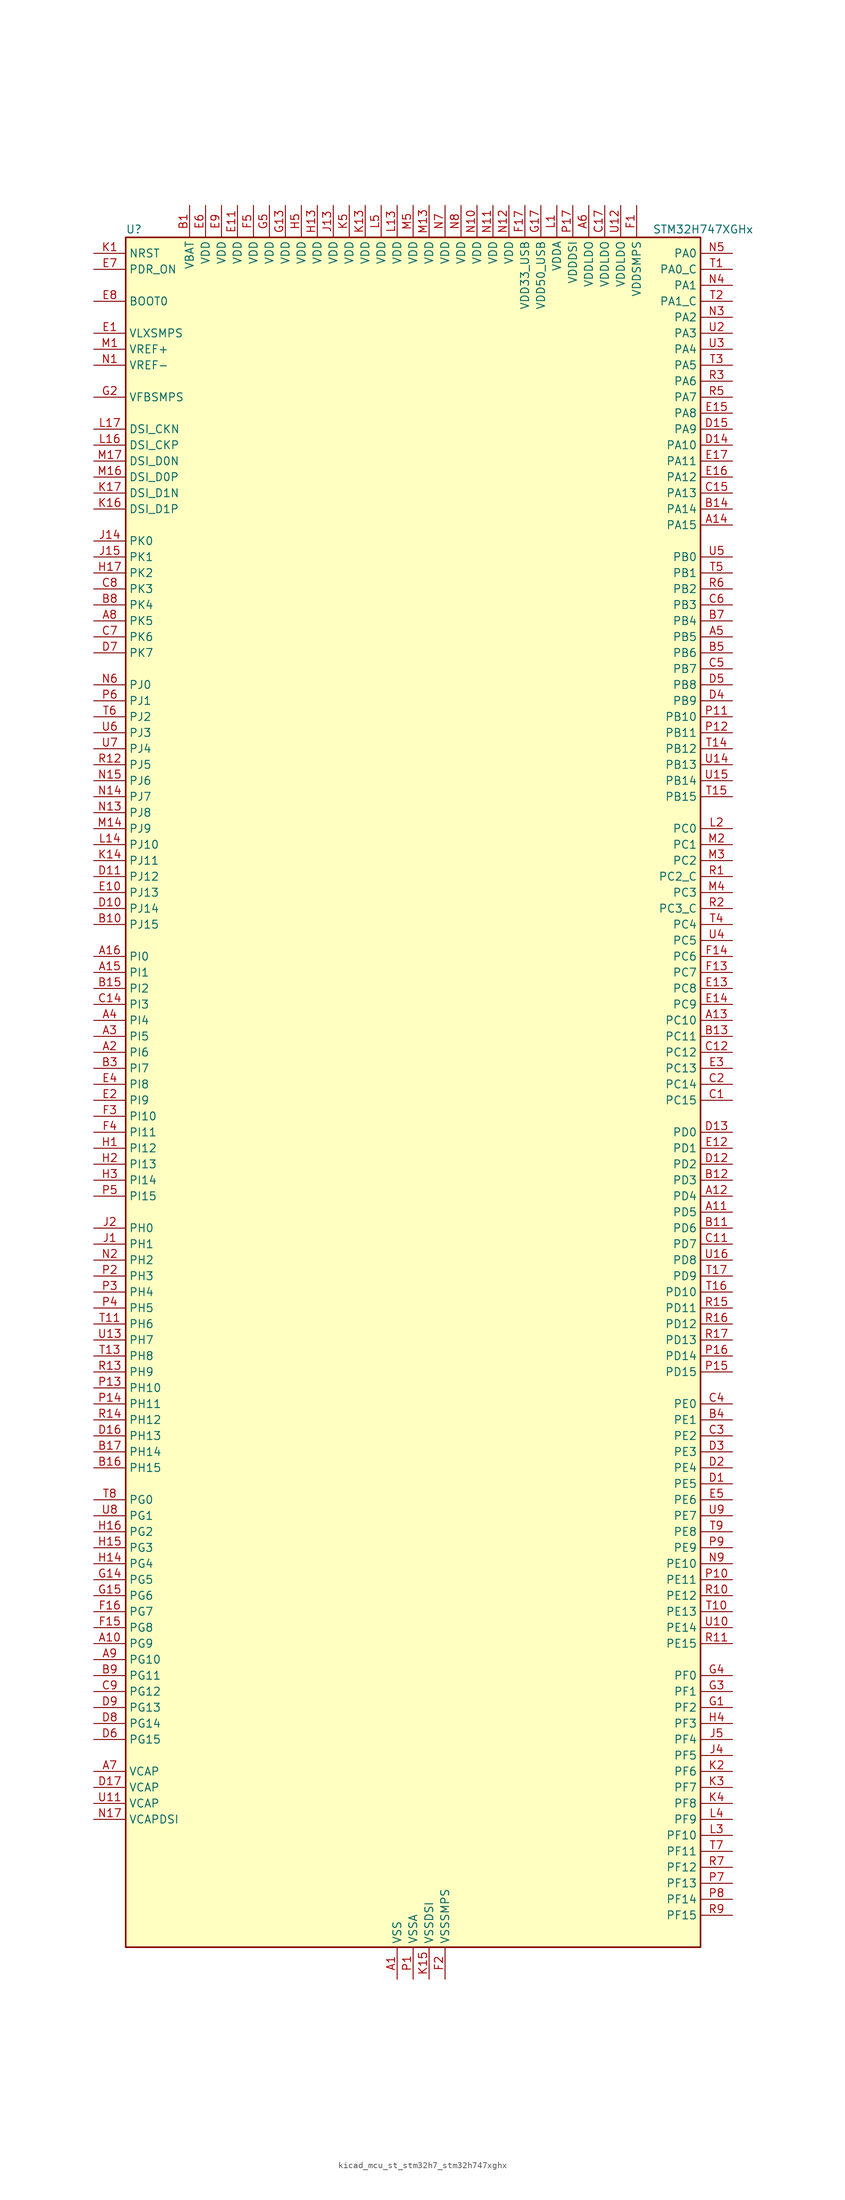
<source format=kicad_sym>
(kicad_symbol_lib
  (version 20220914)
  (generator kicad_symbol_editor)
  (symbol "kicad_mcu_st_stm32h7_stm32h747xghx"
    (property "Reference" "U"
      (at -45.72 138.43 0)
      (effects (font (size 1.27 1.27)) (justify left)))
    (property "Value" "STM32H747XGHx"
      (at 38.1 138.43 0)
      (effects (font (size 1.27 1.27)) (justify left)))
    (property "ki_locked" ""
      (at 0 0 0)
      (effects (font (size 1.27 1.27))))
    (symbol "kicad_mcu_st_stm32h7_stm32h747xghx_0_1"
      (rectangle (start -45.72 -134.62) (end 45.72 137.16) (stroke (width 0.254) (type default)) (fill (type background))))
    (symbol "kicad_mcu_st_stm32h7_stm32h747xghx_1_1"
      (pin power_in line (at -2.54 -139.7 90) (length 5.08) (name "VSS" (effects (font (size 1.27 1.27)))) (number "A1" (effects (font (size 1.27 1.27)))))
      (pin bidirectional line (at -50.8 -86.36 0) (length 5.08) (name "PG9" (effects (font (size 1.27 1.27)))) (number "A10" (effects (font (size 1.27 1.27)))) (alternate "DAC1_EXTI9" bidirectional line) (alternate "DCMI_VSYNC" bidirectional line) (alternate "FMC_NCE" bidirectional line) (alternate "FMC_NE2" bidirectional line) (alternate "I2S1_SDI" bidirectional line) (alternate "QUADSPI_BK2_IO2" bidirectional line) (alternate "SAI2_FS_B" bidirectional line) (alternate "SPDIFRX1_IN3" bidirectional line) (alternate "SPI1_MISO" bidirectional line) (alternate "USART6_RX" bidirectional line))
      (pin bidirectional line (at 50.8 -17.78 180) (length 5.08) (name "PD5" (effects (font (size 1.27 1.27)))) (number "A11" (effects (font (size 1.27 1.27)))) (alternate "FMC_NWE" bidirectional line) (alternate "HRTIM_EEV3" bidirectional line) (alternate "USART2_TX" bidirectional line))
      (pin bidirectional line (at 50.8 -15.24 180) (length 5.08) (name "PD4" (effects (font (size 1.27 1.27)))) (number "A12" (effects (font (size 1.27 1.27)))) (alternate "FMC_NOE" bidirectional line) (alternate "HRTIM_FLT3" bidirectional line) (alternate "SAI3_FS_A" bidirectional line) (alternate "USART2_DE" bidirectional line) (alternate "USART2_RTS" bidirectional line))
      (pin bidirectional line (at 50.8 12.7 180) (length 5.08) (name "PC10" (effects (font (size 1.27 1.27)))) (number "A13" (effects (font (size 1.27 1.27)))) (alternate "DCMI_D8" bidirectional line) (alternate "DFSDM1_CKIN5" bidirectional line) (alternate "HRTIM_EEV1" bidirectional line) (alternate "I2S3_CK" bidirectional line) (alternate "LTDC_R2" bidirectional line) (alternate "QUADSPI_BK1_IO1" bidirectional line) (alternate "SDMMC1_D2" bidirectional line) (alternate "SPI3_SCK" bidirectional line) (alternate "UART4_TX" bidirectional line) (alternate "USART3_TX" bidirectional line))
      (pin bidirectional line (at 50.8 91.44 180) (length 5.08) (name "PA15" (effects (font (size 1.27 1.27)))) (number "A14" (effects (font (size 1.27 1.27)))) (alternate "ADC1_EXTI15" bidirectional line) (alternate "ADC2_EXTI15" bidirectional line) (alternate "ADC3_EXTI15" bidirectional line) (alternate "CEC" bidirectional line) (alternate "DEBUG_JTDI" bidirectional line) (alternate "DSIHOST_TE" bidirectional line) (alternate "HRTIM_FLT1" bidirectional line) (alternate "I2S1_WS" bidirectional line) (alternate "I2S3_WS" bidirectional line) (alternate "SPI1_NSS" bidirectional line) (alternate "SPI3_NSS" bidirectional line) (alternate "SPI6_NSS" bidirectional line) (alternate "TIM2_CH1" bidirectional line) (alternate "TIM2_ETR" bidirectional line) (alternate "UART4_DE" bidirectional line) (alternate "UART4_RTS" bidirectional line) (alternate "UART7_TX" bidirectional line))
      (pin bidirectional line (at -50.8 20.32 0) (length 5.08) (name "PI1" (effects (font (size 1.27 1.27)))) (number "A15" (effects (font (size 1.27 1.27)))) (alternate "DCMI_D8" bidirectional line) (alternate "FMC_D25" bidirectional line) (alternate "I2S2_CK" bidirectional line) (alternate "LTDC_G6" bidirectional line) (alternate "SPI2_SCK" bidirectional line) (alternate "TIM8_BKIN2" bidirectional line) (alternate "TIM8_BKIN2_COMP1" bidirectional line) (alternate "TIM8_BKIN2_COMP2" bidirectional line))
      (pin bidirectional line (at -50.8 22.86 0) (length 5.08) (name "PI0" (effects (font (size 1.27 1.27)))) (number "A16" (effects (font (size 1.27 1.27)))) (alternate "DCMI_D13" bidirectional line) (alternate "FMC_D24" bidirectional line) (alternate "I2S2_WS" bidirectional line) (alternate "LTDC_G5" bidirectional line) (alternate "SPI2_NSS" bidirectional line) (alternate "TIM5_CH4" bidirectional line))
      (pin passive line (at -2.54 -139.7 90) (length 5.08) hide (name "VSS" (effects (font (size 1.27 1.27)))) (number "A17" (effects (font (size 1.27 1.27)))))
      (pin bidirectional line (at -50.8 7.62 0) (length 5.08) (name "PI6" (effects (font (size 1.27 1.27)))) (number "A2" (effects (font (size 1.27 1.27)))) (alternate "DCMI_D6" bidirectional line) (alternate "FMC_D28" bidirectional line) (alternate "LTDC_B6" bidirectional line) (alternate "SAI2_SD_A" bidirectional line) (alternate "TIM8_CH2" bidirectional line))
      (pin bidirectional line (at -50.8 10.16 0) (length 5.08) (name "PI5" (effects (font (size 1.27 1.27)))) (number "A3" (effects (font (size 1.27 1.27)))) (alternate "DCMI_VSYNC" bidirectional line) (alternate "FMC_NBL3" bidirectional line) (alternate "LTDC_B5" bidirectional line) (alternate "SAI2_SCK_A" bidirectional line) (alternate "TIM8_CH1" bidirectional line))
      (pin bidirectional line (at -50.8 12.7 0) (length 5.08) (name "PI4" (effects (font (size 1.27 1.27)))) (number "A4" (effects (font (size 1.27 1.27)))) (alternate "DCMI_D5" bidirectional line) (alternate "FMC_NBL2" bidirectional line) (alternate "LTDC_B4" bidirectional line) (alternate "SAI2_MCLK_A" bidirectional line) (alternate "TIM8_BKIN" bidirectional line) (alternate "TIM8_BKIN_COMP1" bidirectional line) (alternate "TIM8_BKIN_COMP2" bidirectional line))
      (pin bidirectional line (at 50.8 73.66 180) (length 5.08) (name "PB5" (effects (font (size 1.27 1.27)))) (number "A5" (effects (font (size 1.27 1.27)))) (alternate "DCMI_D10" bidirectional line) (alternate "ETH_PPS_OUT" bidirectional line) (alternate "FDCAN2_RX" bidirectional line) (alternate "FMC_SDCKE1" bidirectional line) (alternate "HRTIM_EEV7" bidirectional line) (alternate "I2C1_SMBA" bidirectional line) (alternate "I2C4_SMBA" bidirectional line) (alternate "I2S1_SDO" bidirectional line) (alternate "I2S3_SDO" bidirectional line) (alternate "SPI1_MOSI" bidirectional line) (alternate "SPI3_MOSI" bidirectional line) (alternate "SPI6_MOSI" bidirectional line) (alternate "TIM17_BKIN" bidirectional line) (alternate "TIM3_CH2" bidirectional line) (alternate "UART5_RX" bidirectional line) (alternate "USB_OTG_HS_ULPI_D7" bidirectional line))
      (pin power_in line (at 27.94 142.24 270) (length 5.08) (name "VDDLDO" (effects (font (size 1.27 1.27)))) (number "A6" (effects (font (size 1.27 1.27)))))
      (pin power_out line (at -50.8 -106.68 0) (length 5.08) (name "VCAP" (effects (font (size 1.27 1.27)))) (number "A7" (effects (font (size 1.27 1.27)))))
      (pin bidirectional line (at -50.8 76.2 0) (length 5.08) (name "PK5" (effects (font (size 1.27 1.27)))) (number "A8" (effects (font (size 1.27 1.27)))) (alternate "LTDC_B6" bidirectional line))
      (pin bidirectional line (at -50.8 -88.9 0) (length 5.08) (name "PG10" (effects (font (size 1.27 1.27)))) (number "A9" (effects (font (size 1.27 1.27)))) (alternate "DCMI_D2" bidirectional line) (alternate "FMC_NE3" bidirectional line) (alternate "HRTIM_FLT5" bidirectional line) (alternate "I2S1_WS" bidirectional line) (alternate "LTDC_B2" bidirectional line) (alternate "LTDC_G3" bidirectional line) (alternate "SAI2_SD_B" bidirectional line) (alternate "SPI1_NSS" bidirectional line))
      (pin power_in line (at -35.56 142.24 270) (length 5.08) (name "VBAT" (effects (font (size 1.27 1.27)))) (number "B1" (effects (font (size 1.27 1.27)))))
      (pin bidirectional line (at -50.8 27.94 0) (length 5.08) (name "PJ15" (effects (font (size 1.27 1.27)))) (number "B10" (effects (font (size 1.27 1.27)))) (alternate "ADC1_EXTI15" bidirectional line) (alternate "ADC2_EXTI15" bidirectional line) (alternate "ADC3_EXTI15" bidirectional line) (alternate "LTDC_B3" bidirectional line))
      (pin bidirectional line (at 50.8 -20.32 180) (length 5.08) (name "PD6" (effects (font (size 1.27 1.27)))) (number "B11" (effects (font (size 1.27 1.27)))) (alternate "DCMI_D10" bidirectional line) (alternate "DFSDM1_CKIN4" bidirectional line) (alternate "DFSDM1_DATIN1" bidirectional line) (alternate "FMC_NWAIT" bidirectional line) (alternate "I2S3_SDO" bidirectional line) (alternate "LTDC_B2" bidirectional line) (alternate "SAI1_D1" bidirectional line) (alternate "SAI1_SD_A" bidirectional line) (alternate "SAI4_D1" bidirectional line) (alternate "SAI4_SD_A" bidirectional line) (alternate "SDMMC2_CK" bidirectional line) (alternate "SPI3_MOSI" bidirectional line) (alternate "USART2_RX" bidirectional line))
      (pin bidirectional line (at 50.8 -12.7 180) (length 5.08) (name "PD3" (effects (font (size 1.27 1.27)))) (number "B12" (effects (font (size 1.27 1.27)))) (alternate "DCMI_D5" bidirectional line) (alternate "DFSDM1_CKOUT" bidirectional line) (alternate "FMC_CLK" bidirectional line) (alternate "I2S2_CK" bidirectional line) (alternate "LTDC_G7" bidirectional line) (alternate "SPI2_SCK" bidirectional line) (alternate "USART2_CTS" bidirectional line) (alternate "USART2_NSS" bidirectional line))
      (pin bidirectional line (at 50.8 10.16 180) (length 5.08) (name "PC11" (effects (font (size 1.27 1.27)))) (number "B13" (effects (font (size 1.27 1.27)))) (alternate "ADC1_EXTI11" bidirectional line) (alternate "ADC2_EXTI11" bidirectional line) (alternate "ADC3_EXTI11" bidirectional line) (alternate "DCMI_D4" bidirectional line) (alternate "DFSDM1_DATIN5" bidirectional line) (alternate "HRTIM_FLT2" bidirectional line) (alternate "I2S3_SDI" bidirectional line) (alternate "QUADSPI_BK2_NCS" bidirectional line) (alternate "SDMMC1_D3" bidirectional line) (alternate "SPI3_MISO" bidirectional line) (alternate "UART4_RX" bidirectional line) (alternate "USART3_RX" bidirectional line))
      (pin bidirectional line (at 50.8 93.98 180) (length 5.08) (name "PA14" (effects (font (size 1.27 1.27)))) (number "B14" (effects (font (size 1.27 1.27)))) (alternate "DEBUG_JTCK-SWCLK" bidirectional line))
      (pin bidirectional line (at -50.8 17.78 0) (length 5.08) (name "PI2" (effects (font (size 1.27 1.27)))) (number "B15" (effects (font (size 1.27 1.27)))) (alternate "DCMI_D9" bidirectional line) (alternate "FMC_D26" bidirectional line) (alternate "I2S2_SDI" bidirectional line) (alternate "LTDC_G7" bidirectional line) (alternate "SPI2_MISO" bidirectional line) (alternate "TIM8_CH4" bidirectional line))
      (pin bidirectional line (at -50.8 -58.42 0) (length 5.08) (name "PH15" (effects (font (size 1.27 1.27)))) (number "B16" (effects (font (size 1.27 1.27)))) (alternate "ADC1_EXTI15" bidirectional line) (alternate "ADC2_EXTI15" bidirectional line) (alternate "ADC3_EXTI15" bidirectional line) (alternate "DCMI_D11" bidirectional line) (alternate "FMC_D23" bidirectional line) (alternate "LTDC_G4" bidirectional line) (alternate "TIM8_CH3N" bidirectional line))
      (pin bidirectional line (at -50.8 -55.88 0) (length 5.08) (name "PH14" (effects (font (size 1.27 1.27)))) (number "B17" (effects (font (size 1.27 1.27)))) (alternate "DCMI_D4" bidirectional line) (alternate "FDCAN1_RX" bidirectional line) (alternate "FMC_D22" bidirectional line) (alternate "LTDC_G3" bidirectional line) (alternate "TIM8_CH2N" bidirectional line) (alternate "UART4_RX" bidirectional line))
      (pin passive line (at -2.54 -139.7 90) (length 5.08) hide (name "VSS" (effects (font (size 1.27 1.27)))) (number "B2" (effects (font (size 1.27 1.27)))))
      (pin bidirectional line (at -50.8 5.08 0) (length 5.08) (name "PI7" (effects (font (size 1.27 1.27)))) (number "B3" (effects (font (size 1.27 1.27)))) (alternate "DCMI_D7" bidirectional line) (alternate "FMC_D29" bidirectional line) (alternate "LTDC_B7" bidirectional line) (alternate "SAI2_FS_A" bidirectional line) (alternate "TIM8_CH3" bidirectional line))
      (pin bidirectional line (at 50.8 -50.8 180) (length 5.08) (name "PE1" (effects (font (size 1.27 1.27)))) (number "B4" (effects (font (size 1.27 1.27)))) (alternate "DCMI_D3" bidirectional line) (alternate "FMC_NBL1" bidirectional line) (alternate "HRTIM_SCOUT" bidirectional line) (alternate "LPTIM1_IN2" bidirectional line) (alternate "UART8_TX" bidirectional line))
      (pin bidirectional line (at 50.8 71.12 180) (length 5.08) (name "PB6" (effects (font (size 1.27 1.27)))) (number "B5" (effects (font (size 1.27 1.27)))) (alternate "CEC" bidirectional line) (alternate "DCMI_D5" bidirectional line) (alternate "DFSDM1_DATIN5" bidirectional line) (alternate "FDCAN2_TX" bidirectional line) (alternate "FMC_SDNE1" bidirectional line) (alternate "HRTIM_EEV8" bidirectional line) (alternate "I2C1_SCL" bidirectional line) (alternate "I2C4_SCL" bidirectional line) (alternate "LPUART1_TX" bidirectional line) (alternate "QUADSPI_BK1_NCS" bidirectional line) (alternate "TIM16_CH1N" bidirectional line) (alternate "TIM4_CH1" bidirectional line) (alternate "UART5_TX" bidirectional line) (alternate "USART1_TX" bidirectional line))
      (pin passive line (at -2.54 -139.7 90) (length 5.08) hide (name "VSS" (effects (font (size 1.27 1.27)))) (number "B6" (effects (font (size 1.27 1.27)))))
      (pin bidirectional line (at 50.8 76.2 180) (length 5.08) (name "PB4" (effects (font (size 1.27 1.27)))) (number "B7" (effects (font (size 1.27 1.27)))) (alternate "DEBUG_JTRST" bidirectional line) (alternate "HRTIM_EEV6" bidirectional line) (alternate "I2S1_SDI" bidirectional line) (alternate "I2S2_WS" bidirectional line) (alternate "I2S3_SDI" bidirectional line) (alternate "SDMMC2_D3" bidirectional line) (alternate "SPI1_MISO" bidirectional line) (alternate "SPI2_NSS" bidirectional line) (alternate "SPI3_MISO" bidirectional line) (alternate "SPI6_MISO" bidirectional line) (alternate "TIM16_BKIN" bidirectional line) (alternate "TIM3_CH1" bidirectional line) (alternate "UART7_TX" bidirectional line))
      (pin bidirectional line (at -50.8 78.74 0) (length 5.08) (name "PK4" (effects (font (size 1.27 1.27)))) (number "B8" (effects (font (size 1.27 1.27)))) (alternate "LTDC_B5" bidirectional line))
      (pin bidirectional line (at -50.8 -91.44 0) (length 5.08) (name "PG11" (effects (font (size 1.27 1.27)))) (number "B9" (effects (font (size 1.27 1.27)))) (alternate "ADC1_EXTI11" bidirectional line) (alternate "ADC2_EXTI11" bidirectional line) (alternate "ADC3_EXTI11" bidirectional line) (alternate "DCMI_D3" bidirectional line) (alternate "ETH_TX_EN" bidirectional line) (alternate "HRTIM_EEV4" bidirectional line) (alternate "I2S1_CK" bidirectional line) (alternate "LPTIM1_IN2" bidirectional line) (alternate "LTDC_B3" bidirectional line) (alternate "SDMMC2_D2" bidirectional line) (alternate "SPDIFRX1_IN0" bidirectional line) (alternate "SPI1_SCK" bidirectional line))
      (pin bidirectional line (at 50.8 0 180) (length 5.08) (name "PC15" (effects (font (size 1.27 1.27)))) (number "C1" (effects (font (size 1.27 1.27)))) (alternate "ADC1_EXTI15" bidirectional line) (alternate "ADC2_EXTI15" bidirectional line) (alternate "ADC3_EXTI15" bidirectional line) (alternate "RCC_OSC32_OUT" bidirectional line))
      (pin passive line (at -2.54 -139.7 90) (length 5.08) hide (name "VSS" (effects (font (size 1.27 1.27)))) (number "C10" (effects (font (size 1.27 1.27)))))
      (pin bidirectional line (at 50.8 -22.86 180) (length 5.08) (name "PD7" (effects (font (size 1.27 1.27)))) (number "C11" (effects (font (size 1.27 1.27)))) (alternate "DFSDM1_CKIN1" bidirectional line) (alternate "DFSDM1_DATIN4" bidirectional line) (alternate "FMC_NE1" bidirectional line) (alternate "I2S1_SDO" bidirectional line) (alternate "SDMMC2_CMD" bidirectional line) (alternate "SPDIFRX1_IN0" bidirectional line) (alternate "SPI1_MOSI" bidirectional line) (alternate "USART2_CK" bidirectional line))
      (pin bidirectional line (at 50.8 7.62 180) (length 5.08) (name "PC12" (effects (font (size 1.27 1.27)))) (number "C12" (effects (font (size 1.27 1.27)))) (alternate "DCMI_D9" bidirectional line) (alternate "DEBUG_TRACED3" bidirectional line) (alternate "HRTIM_EEV2" bidirectional line) (alternate "I2S3_SDO" bidirectional line) (alternate "SDMMC1_CK" bidirectional line) (alternate "SPI3_MOSI" bidirectional line) (alternate "UART5_TX" bidirectional line) (alternate "USART3_CK" bidirectional line))
      (pin passive line (at -2.54 -139.7 90) (length 5.08) hide (name "VSS" (effects (font (size 1.27 1.27)))) (number "C13" (effects (font (size 1.27 1.27)))))
      (pin bidirectional line (at -50.8 15.24 0) (length 5.08) (name "PI3" (effects (font (size 1.27 1.27)))) (number "C14" (effects (font (size 1.27 1.27)))) (alternate "DCMI_D10" bidirectional line) (alternate "FMC_D27" bidirectional line) (alternate "I2S2_SDO" bidirectional line) (alternate "SPI2_MOSI" bidirectional line) (alternate "TIM8_ETR" bidirectional line))
      (pin bidirectional line (at 50.8 96.52 180) (length 5.08) (name "PA13" (effects (font (size 1.27 1.27)))) (number "C15" (effects (font (size 1.27 1.27)))) (alternate "DEBUG_JTMS-SWDIO" bidirectional line))
      (pin passive line (at -2.54 -139.7 90) (length 5.08) hide (name "VSS" (effects (font (size 1.27 1.27)))) (number "C16" (effects (font (size 1.27 1.27)))))
      (pin power_in line (at 30.48 142.24 270) (length 5.08) (name "VDDLDO" (effects (font (size 1.27 1.27)))) (number "C17" (effects (font (size 1.27 1.27)))))
      (pin bidirectional line (at 50.8 2.54 180) (length 5.08) (name "PC14" (effects (font (size 1.27 1.27)))) (number "C2" (effects (font (size 1.27 1.27)))) (alternate "RCC_OSC32_IN" bidirectional line))
      (pin bidirectional line (at 50.8 -53.34 180) (length 5.08) (name "PE2" (effects (font (size 1.27 1.27)))) (number "C3" (effects (font (size 1.27 1.27)))) (alternate "DEBUG_TRACECLK" bidirectional line) (alternate "ETH_TXD3" bidirectional line) (alternate "FMC_A23" bidirectional line) (alternate "QUADSPI_BK1_IO2" bidirectional line) (alternate "SAI1_CK1" bidirectional line) (alternate "SAI1_MCLK_A" bidirectional line) (alternate "SAI4_CK1" bidirectional line) (alternate "SAI4_MCLK_A" bidirectional line) (alternate "SPI4_SCK" bidirectional line))
      (pin bidirectional line (at 50.8 -48.26 180) (length 5.08) (name "PE0" (effects (font (size 1.27 1.27)))) (number "C4" (effects (font (size 1.27 1.27)))) (alternate "DCMI_D2" bidirectional line) (alternate "FMC_NBL0" bidirectional line) (alternate "HRTIM_SCIN" bidirectional line) (alternate "LPTIM1_ETR" bidirectional line) (alternate "LPTIM2_ETR" bidirectional line) (alternate "SAI2_MCLK_A" bidirectional line) (alternate "TIM4_ETR" bidirectional line) (alternate "UART8_RX" bidirectional line))
      (pin bidirectional line (at 50.8 68.58 180) (length 5.08) (name "PB7" (effects (font (size 1.27 1.27)))) (number "C5" (effects (font (size 1.27 1.27)))) (alternate "DCMI_VSYNC" bidirectional line) (alternate "DFSDM1_CKIN5" bidirectional line) (alternate "FMC_NL" bidirectional line) (alternate "HRTIM_EEV9" bidirectional line) (alternate "I2C1_SDA" bidirectional line) (alternate "I2C4_SDA" bidirectional line) (alternate "LPUART1_RX" bidirectional line) (alternate "PWR_PVD_IN" bidirectional line) (alternate "TIM17_CH1N" bidirectional line) (alternate "TIM4_CH2" bidirectional line) (alternate "USART1_RX" bidirectional line))
      (pin bidirectional line (at 50.8 78.74 180) (length 5.08) (name "PB3" (effects (font (size 1.27 1.27)))) (number "C6" (effects (font (size 1.27 1.27)))) (alternate "CRS_SYNC" bidirectional line) (alternate "DEBUG_JTDO-SWO" bidirectional line) (alternate "HRTIM_FLT4" bidirectional line) (alternate "I2S1_CK" bidirectional line) (alternate "I2S3_CK" bidirectional line) (alternate "SDMMC2_D2" bidirectional line) (alternate "SPI1_SCK" bidirectional line) (alternate "SPI3_SCK" bidirectional line) (alternate "SPI6_SCK" bidirectional line) (alternate "TIM2_CH2" bidirectional line) (alternate "UART7_RX" bidirectional line))
      (pin bidirectional line (at -50.8 73.66 0) (length 5.08) (name "PK6" (effects (font (size 1.27 1.27)))) (number "C7" (effects (font (size 1.27 1.27)))) (alternate "LTDC_B7" bidirectional line))
      (pin bidirectional line (at -50.8 81.28 0) (length 5.08) (name "PK3" (effects (font (size 1.27 1.27)))) (number "C8" (effects (font (size 1.27 1.27)))) (alternate "LTDC_B4" bidirectional line))
      (pin bidirectional line (at -50.8 -93.98 0) (length 5.08) (name "PG12" (effects (font (size 1.27 1.27)))) (number "C9" (effects (font (size 1.27 1.27)))) (alternate "ETH_TXD1" bidirectional line) (alternate "FMC_NE4" bidirectional line) (alternate "HRTIM_EEV5" bidirectional line) (alternate "LPTIM1_IN1" bidirectional line) (alternate "LTDC_B1" bidirectional line) (alternate "LTDC_B4" bidirectional line) (alternate "SPDIFRX1_IN1" bidirectional line) (alternate "SPI6_MISO" bidirectional line) (alternate "USART6_DE" bidirectional line) (alternate "USART6_RTS" bidirectional line))
      (pin bidirectional line (at 50.8 -60.96 180) (length 5.08) (name "PE5" (effects (font (size 1.27 1.27)))) (number "D1" (effects (font (size 1.27 1.27)))) (alternate "DCMI_D6" bidirectional line) (alternate "DEBUG_TRACED2" bidirectional line) (alternate "DFSDM1_CKIN3" bidirectional line) (alternate "FMC_A21" bidirectional line) (alternate "LTDC_G0" bidirectional line) (alternate "SAI1_CK2" bidirectional line) (alternate "SAI1_SCK_A" bidirectional line) (alternate "SAI4_CK2" bidirectional line) (alternate "SAI4_SCK_A" bidirectional line) (alternate "SPI4_MISO" bidirectional line) (alternate "TIM15_CH1" bidirectional line))
      (pin bidirectional line (at -50.8 30.48 0) (length 5.08) (name "PJ14" (effects (font (size 1.27 1.27)))) (number "D10" (effects (font (size 1.27 1.27)))) (alternate "LTDC_B2" bidirectional line))
      (pin bidirectional line (at -50.8 35.56 0) (length 5.08) (name "PJ12" (effects (font (size 1.27 1.27)))) (number "D11" (effects (font (size 1.27 1.27)))) (alternate "DEBUG_TRGOUT" bidirectional line) (alternate "LTDC_B0" bidirectional line) (alternate "LTDC_G3" bidirectional line))
      (pin bidirectional line (at 50.8 -10.16 180) (length 5.08) (name "PD2" (effects (font (size 1.27 1.27)))) (number "D12" (effects (font (size 1.27 1.27)))) (alternate "DCMI_D11" bidirectional line) (alternate "DEBUG_TRACED2" bidirectional line) (alternate "SDMMC1_CMD" bidirectional line) (alternate "TIM3_ETR" bidirectional line) (alternate "UART5_RX" bidirectional line))
      (pin bidirectional line (at 50.8 -5.08 180) (length 5.08) (name "PD0" (effects (font (size 1.27 1.27)))) (number "D13" (effects (font (size 1.27 1.27)))) (alternate "DFSDM1_CKIN6" bidirectional line) (alternate "FDCAN1_RX" bidirectional line) (alternate "FMC_D2" bidirectional line) (alternate "FMC_DA2" bidirectional line) (alternate "SAI3_SCK_A" bidirectional line) (alternate "UART4_RX" bidirectional line))
      (pin bidirectional line (at 50.8 104.14 180) (length 5.08) (name "PA10" (effects (font (size 1.27 1.27)))) (number "D14" (effects (font (size 1.27 1.27)))) (alternate "DCMI_D1" bidirectional line) (alternate "HRTIM_CHC2" bidirectional line) (alternate "LPUART1_RX" bidirectional line) (alternate "LTDC_B1" bidirectional line) (alternate "LTDC_B4" bidirectional line) (alternate "MDIOS_MDIO" bidirectional line) (alternate "TIM1_CH3" bidirectional line) (alternate "USART1_RX" bidirectional line) (alternate "USB_OTG_FS_ID" bidirectional line))
      (pin bidirectional line (at 50.8 106.68 180) (length 5.08) (name "PA9" (effects (font (size 1.27 1.27)))) (number "D15" (effects (font (size 1.27 1.27)))) (alternate "DAC1_EXTI9" bidirectional line) (alternate "DCMI_D0" bidirectional line) (alternate "HRTIM_CHC1" bidirectional line) (alternate "I2C3_SMBA" bidirectional line) (alternate "I2S2_CK" bidirectional line) (alternate "LPUART1_TX" bidirectional line) (alternate "LTDC_R5" bidirectional line) (alternate "SPI2_SCK" bidirectional line) (alternate "TIM1_CH2" bidirectional line) (alternate "USART1_TX" bidirectional line) (alternate "USB_OTG_FS_VBUS" bidirectional line))
      (pin bidirectional line (at -50.8 -53.34 0) (length 5.08) (name "PH13" (effects (font (size 1.27 1.27)))) (number "D16" (effects (font (size 1.27 1.27)))) (alternate "FDCAN1_TX" bidirectional line) (alternate "FMC_D21" bidirectional line) (alternate "LTDC_G2" bidirectional line) (alternate "TIM8_CH1N" bidirectional line) (alternate "UART4_TX" bidirectional line))
      (pin power_out line (at -50.8 -109.22 0) (length 5.08) (name "VCAP" (effects (font (size 1.27 1.27)))) (number "D17" (effects (font (size 1.27 1.27)))))
      (pin bidirectional line (at 50.8 -58.42 180) (length 5.08) (name "PE4" (effects (font (size 1.27 1.27)))) (number "D2" (effects (font (size 1.27 1.27)))) (alternate "DCMI_D4" bidirectional line) (alternate "DEBUG_TRACED1" bidirectional line) (alternate "DFSDM1_DATIN3" bidirectional line) (alternate "FMC_A20" bidirectional line) (alternate "LTDC_B0" bidirectional line) (alternate "SAI1_D2" bidirectional line) (alternate "SAI1_FS_A" bidirectional line) (alternate "SAI4_D2" bidirectional line) (alternate "SAI4_FS_A" bidirectional line) (alternate "SPI4_NSS" bidirectional line) (alternate "TIM15_CH1N" bidirectional line))
      (pin bidirectional line (at 50.8 -55.88 180) (length 5.08) (name "PE3" (effects (font (size 1.27 1.27)))) (number "D3" (effects (font (size 1.27 1.27)))) (alternate "DEBUG_TRACED0" bidirectional line) (alternate "FMC_A19" bidirectional line) (alternate "SAI1_SD_B" bidirectional line) (alternate "SAI4_SD_B" bidirectional line) (alternate "TIM15_BKIN" bidirectional line))
      (pin bidirectional line (at 50.8 63.5 180) (length 5.08) (name "PB9" (effects (font (size 1.27 1.27)))) (number "D4" (effects (font (size 1.27 1.27)))) (alternate "DAC1_EXTI9" bidirectional line) (alternate "DCMI_D7" bidirectional line) (alternate "DFSDM1_DATIN7" bidirectional line) (alternate "FDCAN1_TX" bidirectional line) (alternate "I2C1_SDA" bidirectional line) (alternate "I2C4_SDA" bidirectional line) (alternate "I2C4_SMBA" bidirectional line) (alternate "I2S2_WS" bidirectional line) (alternate "LTDC_B7" bidirectional line) (alternate "SDMMC1_CDIR" bidirectional line) (alternate "SDMMC1_D5" bidirectional line) (alternate "SDMMC2_D5" bidirectional line) (alternate "SPI2_NSS" bidirectional line) (alternate "TIM17_CH1" bidirectional line) (alternate "TIM4_CH4" bidirectional line) (alternate "UART4_TX" bidirectional line))
      (pin bidirectional line (at 50.8 66.04 180) (length 5.08) (name "PB8" (effects (font (size 1.27 1.27)))) (number "D5" (effects (font (size 1.27 1.27)))) (alternate "DCMI_D6" bidirectional line) (alternate "DFSDM1_CKIN7" bidirectional line) (alternate "ETH_TXD3" bidirectional line) (alternate "FDCAN1_RX" bidirectional line) (alternate "I2C1_SCL" bidirectional line) (alternate "I2C4_SCL" bidirectional line) (alternate "LTDC_B6" bidirectional line) (alternate "SDMMC1_CKIN" bidirectional line) (alternate "SDMMC1_D4" bidirectional line) (alternate "SDMMC2_D4" bidirectional line) (alternate "TIM16_CH1" bidirectional line) (alternate "TIM4_CH3" bidirectional line) (alternate "UART4_RX" bidirectional line))
      (pin bidirectional line (at -50.8 -101.6 0) (length 5.08) (name "PG15" (effects (font (size 1.27 1.27)))) (number "D6" (effects (font (size 1.27 1.27)))) (alternate "ADC1_EXTI15" bidirectional line) (alternate "ADC2_EXTI15" bidirectional line) (alternate "ADC3_EXTI15" bidirectional line) (alternate "DCMI_D13" bidirectional line) (alternate "FMC_SDNCAS" bidirectional line) (alternate "USART6_CTS" bidirectional line) (alternate "USART6_NSS" bidirectional line))
      (pin bidirectional line (at -50.8 71.12 0) (length 5.08) (name "PK7" (effects (font (size 1.27 1.27)))) (number "D7" (effects (font (size 1.27 1.27)))) (alternate "LTDC_DE" bidirectional line))
      (pin bidirectional line (at -50.8 -99.06 0) (length 5.08) (name "PG14" (effects (font (size 1.27 1.27)))) (number "D8" (effects (font (size 1.27 1.27)))) (alternate "DEBUG_TRACED1" bidirectional line) (alternate "ETH_TXD1" bidirectional line) (alternate "FMC_A25" bidirectional line) (alternate "LPTIM1_ETR" bidirectional line) (alternate "LTDC_B0" bidirectional line) (alternate "QUADSPI_BK2_IO3" bidirectional line) (alternate "SPI6_MOSI" bidirectional line) (alternate "USART6_TX" bidirectional line))
      (pin bidirectional line (at -50.8 -96.52 0) (length 5.08) (name "PG13" (effects (font (size 1.27 1.27)))) (number "D9" (effects (font (size 1.27 1.27)))) (alternate "DEBUG_TRACED0" bidirectional line) (alternate "ETH_TXD0" bidirectional line) (alternate "FMC_A24" bidirectional line) (alternate "HRTIM_EEV10" bidirectional line) (alternate "LPTIM1_OUT" bidirectional line) (alternate "LTDC_R0" bidirectional line) (alternate "SPI6_SCK" bidirectional line) (alternate "USART6_CTS" bidirectional line) (alternate "USART6_NSS" bidirectional line))
      (pin power_in line (at -50.8 121.92 0) (length 5.08) (name "VLXSMPS" (effects (font (size 1.27 1.27)))) (number "E1" (effects (font (size 1.27 1.27)))))
      (pin bidirectional line (at -50.8 33.02 0) (length 5.08) (name "PJ13" (effects (font (size 1.27 1.27)))) (number "E10" (effects (font (size 1.27 1.27)))) (alternate "LTDC_B1" bidirectional line) (alternate "LTDC_B4" bidirectional line))
      (pin power_in line (at -27.94 142.24 270) (length 5.08) (name "VDD" (effects (font (size 1.27 1.27)))) (number "E11" (effects (font (size 1.27 1.27)))))
      (pin bidirectional line (at 50.8 -7.62 180) (length 5.08) (name "PD1" (effects (font (size 1.27 1.27)))) (number "E12" (effects (font (size 1.27 1.27)))) (alternate "DFSDM1_DATIN6" bidirectional line) (alternate "FDCAN1_TX" bidirectional line) (alternate "FMC_D3" bidirectional line) (alternate "FMC_DA3" bidirectional line) (alternate "SAI3_SD_A" bidirectional line) (alternate "UART4_TX" bidirectional line))
      (pin bidirectional line (at 50.8 17.78 180) (length 5.08) (name "PC8" (effects (font (size 1.27 1.27)))) (number "E13" (effects (font (size 1.27 1.27)))) (alternate "DCMI_D2" bidirectional line) (alternate "DEBUG_TRACED1" bidirectional line) (alternate "FMC_NCE" bidirectional line) (alternate "FMC_NE2" bidirectional line) (alternate "HRTIM_CHB1" bidirectional line) (alternate "SDMMC1_D0" bidirectional line) (alternate "SWPMI1_RX" bidirectional line) (alternate "TIM3_CH3" bidirectional line) (alternate "TIM8_CH3" bidirectional line) (alternate "UART5_DE" bidirectional line) (alternate "UART5_RTS" bidirectional line) (alternate "USART6_CK" bidirectional line))
      (pin bidirectional line (at 50.8 15.24 180) (length 5.08) (name "PC9" (effects (font (size 1.27 1.27)))) (number "E14" (effects (font (size 1.27 1.27)))) (alternate "DAC1_EXTI9" bidirectional line) (alternate "DCMI_D3" bidirectional line) (alternate "I2C3_SDA" bidirectional line) (alternate "I2S_CKIN" bidirectional line) (alternate "LTDC_B2" bidirectional line) (alternate "LTDC_G3" bidirectional line) (alternate "QUADSPI_BK1_IO0" bidirectional line) (alternate "RCC_MCO_2" bidirectional line) (alternate "SDMMC1_D1" bidirectional line) (alternate "SWPMI1_SUSPEND" bidirectional line) (alternate "TIM3_CH4" bidirectional line) (alternate "TIM8_CH4" bidirectional line) (alternate "UART5_CTS" bidirectional line))
      (pin bidirectional line (at 50.8 109.22 180) (length 5.08) (name "PA8" (effects (font (size 1.27 1.27)))) (number "E15" (effects (font (size 1.27 1.27)))) (alternate "HRTIM_CHB2" bidirectional line) (alternate "I2C3_SCL" bidirectional line) (alternate "LTDC_B3" bidirectional line) (alternate "LTDC_R6" bidirectional line) (alternate "RCC_MCO_1" bidirectional line) (alternate "TIM1_CH1" bidirectional line) (alternate "TIM8_BKIN2" bidirectional line) (alternate "TIM8_BKIN2_COMP1" bidirectional line) (alternate "TIM8_BKIN2_COMP2" bidirectional line) (alternate "UART7_RX" bidirectional line) (alternate "USART1_CK" bidirectional line) (alternate "USB_OTG_FS_SOF" bidirectional line))
      (pin bidirectional line (at 50.8 99.06 180) (length 5.08) (name "PA12" (effects (font (size 1.27 1.27)))) (number "E16" (effects (font (size 1.27 1.27)))) (alternate "FDCAN1_TX" bidirectional line) (alternate "HRTIM_CHD2" bidirectional line) (alternate "I2S2_CK" bidirectional line) (alternate "LPUART1_DE" bidirectional line) (alternate "LPUART1_RTS" bidirectional line) (alternate "LTDC_R5" bidirectional line) (alternate "SAI2_FS_B" bidirectional line) (alternate "SPI2_SCK" bidirectional line) (alternate "TIM1_ETR" bidirectional line) (alternate "UART4_TX" bidirectional line) (alternate "USART1_DE" bidirectional line) (alternate "USART1_RTS" bidirectional line) (alternate "USB_OTG_FS_DP" bidirectional line))
      (pin bidirectional line (at 50.8 101.6 180) (length 5.08) (name "PA11" (effects (font (size 1.27 1.27)))) (number "E17" (effects (font (size 1.27 1.27)))) (alternate "ADC1_EXTI11" bidirectional line) (alternate "ADC2_EXTI11" bidirectional line) (alternate "ADC3_EXTI11" bidirectional line) (alternate "FDCAN1_RX" bidirectional line) (alternate "HRTIM_CHD1" bidirectional line) (alternate "I2S2_WS" bidirectional line) (alternate "LPUART1_CTS" bidirectional line) (alternate "LTDC_R4" bidirectional line) (alternate "SPI2_NSS" bidirectional line) (alternate "TIM1_CH4" bidirectional line) (alternate "UART4_RX" bidirectional line) (alternate "USART1_CTS" bidirectional line) (alternate "USART1_NSS" bidirectional line) (alternate "USB_OTG_FS_DM" bidirectional line))
      (pin bidirectional line (at -50.8 0 0) (length 5.08) (name "PI9" (effects (font (size 1.27 1.27)))) (number "E2" (effects (font (size 1.27 1.27)))) (alternate "DAC1_EXTI9" bidirectional line) (alternate "FDCAN1_RX" bidirectional line) (alternate "FMC_D30" bidirectional line) (alternate "LTDC_VSYNC" bidirectional line) (alternate "UART4_RX" bidirectional line))
      (pin bidirectional line (at 50.8 5.08 180) (length 5.08) (name "PC13" (effects (font (size 1.27 1.27)))) (number "E3" (effects (font (size 1.27 1.27)))) (alternate "PWR_WKUP2" bidirectional line) (alternate "RTC_OUT_ALARM" bidirectional line) (alternate "RTC_OUT_CALIB" bidirectional line) (alternate "RTC_TAMP1" bidirectional line) (alternate "RTC_TS" bidirectional line))
      (pin bidirectional line (at -50.8 2.54 0) (length 5.08) (name "PI8" (effects (font (size 1.27 1.27)))) (number "E4" (effects (font (size 1.27 1.27)))) (alternate "PWR_WKUP3" bidirectional line) (alternate "RTC_TAMP2" bidirectional line))
      (pin bidirectional line (at 50.8 -63.5 180) (length 5.08) (name "PE6" (effects (font (size 1.27 1.27)))) (number "E5" (effects (font (size 1.27 1.27)))) (alternate "DCMI_D7" bidirectional line) (alternate "DEBUG_TRACED3" bidirectional line) (alternate "FMC_A22" bidirectional line) (alternate "LTDC_G1" bidirectional line) (alternate "SAI1_D1" bidirectional line) (alternate "SAI1_SD_A" bidirectional line) (alternate "SAI2_MCLK_B" bidirectional line) (alternate "SAI4_D1" bidirectional line) (alternate "SAI4_SD_A" bidirectional line) (alternate "SPI4_MOSI" bidirectional line) (alternate "TIM15_CH2" bidirectional line) (alternate "TIM1_BKIN2" bidirectional line) (alternate "TIM1_BKIN2_COMP1" bidirectional line) (alternate "TIM1_BKIN2_COMP2" bidirectional line))
      (pin power_in line (at -33.02 142.24 270) (length 5.08) (name "VDD" (effects (font (size 1.27 1.27)))) (number "E6" (effects (font (size 1.27 1.27)))))
      (pin input line (at -50.8 132.08 0) (length 5.08) (name "PDR_ON" (effects (font (size 1.27 1.27)))) (number "E7" (effects (font (size 1.27 1.27)))))
      (pin input line (at -50.8 127 0) (length 5.08) (name "BOOT0" (effects (font (size 1.27 1.27)))) (number "E8" (effects (font (size 1.27 1.27)))))
      (pin power_in line (at -30.48 142.24 270) (length 5.08) (name "VDD" (effects (font (size 1.27 1.27)))) (number "E9" (effects (font (size 1.27 1.27)))))
      (pin power_in line (at 35.56 142.24 270) (length 5.08) (name "VDDSMPS" (effects (font (size 1.27 1.27)))) (number "F1" (effects (font (size 1.27 1.27)))))
      (pin bidirectional line (at 50.8 20.32 180) (length 5.08) (name "PC7" (effects (font (size 1.27 1.27)))) (number "F13" (effects (font (size 1.27 1.27)))) (alternate "DCMI_D1" bidirectional line) (alternate "DEBUG_TRGIO" bidirectional line) (alternate "DFSDM1_DATIN3" bidirectional line) (alternate "FMC_NE1" bidirectional line) (alternate "HRTIM_CHA2" bidirectional line) (alternate "I2S3_MCK" bidirectional line) (alternate "LTDC_G6" bidirectional line) (alternate "SDMMC1_D123DIR" bidirectional line) (alternate "SDMMC1_D7" bidirectional line) (alternate "SDMMC2_D7" bidirectional line) (alternate "SWPMI1_TX" bidirectional line) (alternate "TIM3_CH2" bidirectional line) (alternate "TIM8_CH2" bidirectional line) (alternate "USART6_RX" bidirectional line))
      (pin bidirectional line (at 50.8 22.86 180) (length 5.08) (name "PC6" (effects (font (size 1.27 1.27)))) (number "F14" (effects (font (size 1.27 1.27)))) (alternate "DCMI_D0" bidirectional line) (alternate "DFSDM1_CKIN3" bidirectional line) (alternate "FMC_NWAIT" bidirectional line) (alternate "HRTIM_CHA1" bidirectional line) (alternate "I2S2_MCK" bidirectional line) (alternate "LTDC_HSYNC" bidirectional line) (alternate "SDMMC1_D0DIR" bidirectional line) (alternate "SDMMC1_D6" bidirectional line) (alternate "SDMMC2_D6" bidirectional line) (alternate "SWPMI1_IO" bidirectional line) (alternate "TIM3_CH1" bidirectional line) (alternate "TIM8_CH1" bidirectional line) (alternate "USART6_TX" bidirectional line))
      (pin bidirectional line (at -50.8 -83.82 0) (length 5.08) (name "PG8" (effects (font (size 1.27 1.27)))) (number "F15" (effects (font (size 1.27 1.27)))) (alternate "ETH_PPS_OUT" bidirectional line) (alternate "FMC_SDCLK" bidirectional line) (alternate "LTDC_G7" bidirectional line) (alternate "SPDIFRX1_IN2" bidirectional line) (alternate "SPI6_NSS" bidirectional line) (alternate "TIM8_ETR" bidirectional line) (alternate "USART6_DE" bidirectional line) (alternate "USART6_RTS" bidirectional line))
      (pin bidirectional line (at -50.8 -81.28 0) (length 5.08) (name "PG7" (effects (font (size 1.27 1.27)))) (number "F16" (effects (font (size 1.27 1.27)))) (alternate "DCMI_D13" bidirectional line) (alternate "FMC_INT" bidirectional line) (alternate "HRTIM_CHE2" bidirectional line) (alternate "LTDC_CLK" bidirectional line) (alternate "SAI1_MCLK_A" bidirectional line) (alternate "USART6_CK" bidirectional line))
      (pin power_in line (at 17.78 142.24 270) (length 5.08) (name "VDD33_USB" (effects (font (size 1.27 1.27)))) (number "F17" (effects (font (size 1.27 1.27)))))
      (pin power_in line (at 5.08 -139.7 90) (length 5.08) (name "VSSSMPS" (effects (font (size 1.27 1.27)))) (number "F2" (effects (font (size 1.27 1.27)))))
      (pin bidirectional line (at -50.8 -2.54 0) (length 5.08) (name "PI10" (effects (font (size 1.27 1.27)))) (number "F3" (effects (font (size 1.27 1.27)))) (alternate "ETH_RX_ER" bidirectional line) (alternate "FMC_D31" bidirectional line) (alternate "LTDC_HSYNC" bidirectional line))
      (pin bidirectional line (at -50.8 -5.08 0) (length 5.08) (name "PI11" (effects (font (size 1.27 1.27)))) (number "F4" (effects (font (size 1.27 1.27)))) (alternate "ADC1_EXTI11" bidirectional line) (alternate "ADC2_EXTI11" bidirectional line) (alternate "ADC3_EXTI11" bidirectional line) (alternate "LTDC_G6" bidirectional line) (alternate "PWR_WKUP4" bidirectional line) (alternate "USB_OTG_HS_ULPI_DIR" bidirectional line))
      (pin power_in line (at -25.4 142.24 270) (length 5.08) (name "VDD" (effects (font (size 1.27 1.27)))) (number "F5" (effects (font (size 1.27 1.27)))))
      (pin bidirectional line (at 50.8 -96.52 180) (length 5.08) (name "PF2" (effects (font (size 1.27 1.27)))) (number "G1" (effects (font (size 1.27 1.27)))) (alternate "FMC_A2" bidirectional line) (alternate "I2C2_SMBA" bidirectional line))
      (pin passive line (at -2.54 -139.7 90) (length 5.08) hide (name "VSS" (effects (font (size 1.27 1.27)))) (number "G10" (effects (font (size 1.27 1.27)))))
      (pin passive line (at -2.54 -139.7 90) (length 5.08) hide (name "VSS" (effects (font (size 1.27 1.27)))) (number "G11" (effects (font (size 1.27 1.27)))))
      (pin power_in line (at -20.32 142.24 270) (length 5.08) (name "VDD" (effects (font (size 1.27 1.27)))) (number "G13" (effects (font (size 1.27 1.27)))))
      (pin bidirectional line (at -50.8 -76.2 0) (length 5.08) (name "PG5" (effects (font (size 1.27 1.27)))) (number "G14" (effects (font (size 1.27 1.27)))) (alternate "FMC_A15" bidirectional line) (alternate "FMC_BA1" bidirectional line) (alternate "TIM1_ETR" bidirectional line))
      (pin bidirectional line (at -50.8 -78.74 0) (length 5.08) (name "PG6" (effects (font (size 1.27 1.27)))) (number "G15" (effects (font (size 1.27 1.27)))) (alternate "DCMI_D12" bidirectional line) (alternate "FMC_NE3" bidirectional line) (alternate "HRTIM_CHE1" bidirectional line) (alternate "LTDC_R7" bidirectional line) (alternate "QUADSPI_BK1_NCS" bidirectional line) (alternate "TIM17_BKIN" bidirectional line))
      (pin passive line (at -2.54 -139.7 90) (length 5.08) hide (name "VSS" (effects (font (size 1.27 1.27)))) (number "G16" (effects (font (size 1.27 1.27)))))
      (pin power_in line (at 20.32 142.24 270) (length 5.08) (name "VDD50_USB" (effects (font (size 1.27 1.27)))) (number "G17" (effects (font (size 1.27 1.27)))))
      (pin input line (at -50.8 111.76 0) (length 5.08) (name "VFBSMPS" (effects (font (size 1.27 1.27)))) (number "G2" (effects (font (size 1.27 1.27)))))
      (pin bidirectional line (at 50.8 -93.98 180) (length 5.08) (name "PF1" (effects (font (size 1.27 1.27)))) (number "G3" (effects (font (size 1.27 1.27)))) (alternate "FMC_A1" bidirectional line) (alternate "I2C2_SCL" bidirectional line))
      (pin bidirectional line (at 50.8 -91.44 180) (length 5.08) (name "PF0" (effects (font (size 1.27 1.27)))) (number "G4" (effects (font (size 1.27 1.27)))) (alternate "FMC_A0" bidirectional line) (alternate "I2C2_SDA" bidirectional line))
      (pin power_in line (at -22.86 142.24 270) (length 5.08) (name "VDD" (effects (font (size 1.27 1.27)))) (number "G5" (effects (font (size 1.27 1.27)))))
      (pin passive line (at -2.54 -139.7 90) (length 5.08) hide (name "VSS" (effects (font (size 1.27 1.27)))) (number "G7" (effects (font (size 1.27 1.27)))))
      (pin passive line (at -2.54 -139.7 90) (length 5.08) hide (name "VSS" (effects (font (size 1.27 1.27)))) (number "G8" (effects (font (size 1.27 1.27)))))
      (pin passive line (at -2.54 -139.7 90) (length 5.08) hide (name "VSS" (effects (font (size 1.27 1.27)))) (number "G9" (effects (font (size 1.27 1.27)))))
      (pin bidirectional line (at -50.8 -7.62 0) (length 5.08) (name "PI12" (effects (font (size 1.27 1.27)))) (number "H1" (effects (font (size 1.27 1.27)))) (alternate "LTDC_HSYNC" bidirectional line))
      (pin passive line (at -2.54 -139.7 90) (length 5.08) hide (name "VSS" (effects (font (size 1.27 1.27)))) (number "H10" (effects (font (size 1.27 1.27)))))
      (pin passive line (at -2.54 -139.7 90) (length 5.08) hide (name "VSS" (effects (font (size 1.27 1.27)))) (number "H11" (effects (font (size 1.27 1.27)))))
      (pin power_in line (at -15.24 142.24 270) (length 5.08) (name "VDD" (effects (font (size 1.27 1.27)))) (number "H13" (effects (font (size 1.27 1.27)))))
      (pin bidirectional line (at -50.8 -73.66 0) (length 5.08) (name "PG4" (effects (font (size 1.27 1.27)))) (number "H14" (effects (font (size 1.27 1.27)))) (alternate "FMC_A14" bidirectional line) (alternate "FMC_BA0" bidirectional line) (alternate "TIM1_BKIN2" bidirectional line) (alternate "TIM1_BKIN2_COMP1" bidirectional line) (alternate "TIM1_BKIN2_COMP2" bidirectional line))
      (pin bidirectional line (at -50.8 -71.12 0) (length 5.08) (name "PG3" (effects (font (size 1.27 1.27)))) (number "H15" (effects (font (size 1.27 1.27)))) (alternate "FMC_A13" bidirectional line) (alternate "TIM8_BKIN2" bidirectional line) (alternate "TIM8_BKIN2_COMP1" bidirectional line) (alternate "TIM8_BKIN2_COMP2" bidirectional line))
      (pin bidirectional line (at -50.8 -68.58 0) (length 5.08) (name "PG2" (effects (font (size 1.27 1.27)))) (number "H16" (effects (font (size 1.27 1.27)))) (alternate "FMC_A12" bidirectional line) (alternate "TIM8_BKIN" bidirectional line) (alternate "TIM8_BKIN_COMP1" bidirectional line) (alternate "TIM8_BKIN_COMP2" bidirectional line))
      (pin bidirectional line (at -50.8 83.82 0) (length 5.08) (name "PK2" (effects (font (size 1.27 1.27)))) (number "H17" (effects (font (size 1.27 1.27)))) (alternate "LTDC_G7" bidirectional line) (alternate "TIM1_BKIN" bidirectional line) (alternate "TIM1_BKIN_COMP1" bidirectional line) (alternate "TIM1_BKIN_COMP2" bidirectional line) (alternate "TIM8_BKIN" bidirectional line) (alternate "TIM8_BKIN_COMP1" bidirectional line) (alternate "TIM8_BKIN_COMP2" bidirectional line))
      (pin bidirectional line (at -50.8 -10.16 0) (length 5.08) (name "PI13" (effects (font (size 1.27 1.27)))) (number "H2" (effects (font (size 1.27 1.27)))) (alternate "LTDC_VSYNC" bidirectional line))
      (pin bidirectional line (at -50.8 -12.7 0) (length 5.08) (name "PI14" (effects (font (size 1.27 1.27)))) (number "H3" (effects (font (size 1.27 1.27)))) (alternate "LTDC_CLK" bidirectional line))
      (pin bidirectional line (at 50.8 -99.06 180) (length 5.08) (name "PF3" (effects (font (size 1.27 1.27)))) (number "H4" (effects (font (size 1.27 1.27)))) (alternate "ADC3_INP5" bidirectional line) (alternate "FMC_A3" bidirectional line))
      (pin power_in line (at -17.78 142.24 270) (length 5.08) (name "VDD" (effects (font (size 1.27 1.27)))) (number "H5" (effects (font (size 1.27 1.27)))))
      (pin passive line (at -2.54 -139.7 90) (length 5.08) hide (name "VSS" (effects (font (size 1.27 1.27)))) (number "H7" (effects (font (size 1.27 1.27)))))
      (pin passive line (at -2.54 -139.7 90) (length 5.08) hide (name "VSS" (effects (font (size 1.27 1.27)))) (number "H8" (effects (font (size 1.27 1.27)))))
      (pin passive line (at -2.54 -139.7 90) (length 5.08) hide (name "VSS" (effects (font (size 1.27 1.27)))) (number "H9" (effects (font (size 1.27 1.27)))))
      (pin bidirectional line (at -50.8 -22.86 0) (length 5.08) (name "PH1" (effects (font (size 1.27 1.27)))) (number "J1" (effects (font (size 1.27 1.27)))) (alternate "RCC_OSC_OUT" bidirectional line))
      (pin passive line (at -2.54 -139.7 90) (length 5.08) hide (name "VSS" (effects (font (size 1.27 1.27)))) (number "J10" (effects (font (size 1.27 1.27)))))
      (pin passive line (at -2.54 -139.7 90) (length 5.08) hide (name "VSS" (effects (font (size 1.27 1.27)))) (number "J11" (effects (font (size 1.27 1.27)))))
      (pin power_in line (at -12.7 142.24 270) (length 5.08) (name "VDD" (effects (font (size 1.27 1.27)))) (number "J13" (effects (font (size 1.27 1.27)))))
      (pin bidirectional line (at -50.8 88.9 0) (length 5.08) (name "PK0" (effects (font (size 1.27 1.27)))) (number "J14" (effects (font (size 1.27 1.27)))) (alternate "LTDC_G5" bidirectional line) (alternate "SPI5_SCK" bidirectional line) (alternate "TIM1_CH1N" bidirectional line) (alternate "TIM8_CH3" bidirectional line))
      (pin bidirectional line (at -50.8 86.36 0) (length 5.08) (name "PK1" (effects (font (size 1.27 1.27)))) (number "J15" (effects (font (size 1.27 1.27)))) (alternate "LTDC_G6" bidirectional line) (alternate "SPI5_NSS" bidirectional line) (alternate "TIM1_CH1" bidirectional line) (alternate "TIM8_CH3N" bidirectional line))
      (pin passive line (at -2.54 -139.7 90) (length 5.08) hide (name "VSS" (effects (font (size 1.27 1.27)))) (number "J16" (effects (font (size 1.27 1.27)))))
      (pin passive line (at -2.54 -139.7 90) (length 5.08) hide (name "VSS" (effects (font (size 1.27 1.27)))) (number "J17" (effects (font (size 1.27 1.27)))))
      (pin bidirectional line (at -50.8 -20.32 0) (length 5.08) (name "PH0" (effects (font (size 1.27 1.27)))) (number "J2" (effects (font (size 1.27 1.27)))) (alternate "RCC_OSC_IN" bidirectional line))
      (pin passive line (at -2.54 -139.7 90) (length 5.08) hide (name "VSS" (effects (font (size 1.27 1.27)))) (number "J3" (effects (font (size 1.27 1.27)))))
      (pin bidirectional line (at 50.8 -104.14 180) (length 5.08) (name "PF5" (effects (font (size 1.27 1.27)))) (number "J4" (effects (font (size 1.27 1.27)))) (alternate "ADC3_INP4" bidirectional line) (alternate "FMC_A5" bidirectional line))
      (pin bidirectional line (at 50.8 -101.6 180) (length 5.08) (name "PF4" (effects (font (size 1.27 1.27)))) (number "J5" (effects (font (size 1.27 1.27)))) (alternate "ADC3_INN5" bidirectional line) (alternate "ADC3_INP9" bidirectional line) (alternate "FMC_A4" bidirectional line))
      (pin passive line (at -2.54 -139.7 90) (length 5.08) hide (name "VSS" (effects (font (size 1.27 1.27)))) (number "J7" (effects (font (size 1.27 1.27)))))
      (pin passive line (at -2.54 -139.7 90) (length 5.08) hide (name "VSS" (effects (font (size 1.27 1.27)))) (number "J8" (effects (font (size 1.27 1.27)))))
      (pin passive line (at -2.54 -139.7 90) (length 5.08) hide (name "VSS" (effects (font (size 1.27 1.27)))) (number "J9" (effects (font (size 1.27 1.27)))))
      (pin input line (at -50.8 134.62 0) (length 5.08) (name "NRST" (effects (font (size 1.27 1.27)))) (number "K1" (effects (font (size 1.27 1.27)))))
      (pin passive line (at -2.54 -139.7 90) (length 5.08) hide (name "VSS" (effects (font (size 1.27 1.27)))) (number "K10" (effects (font (size 1.27 1.27)))))
      (pin passive line (at -2.54 -139.7 90) (length 5.08) hide (name "VSS" (effects (font (size 1.27 1.27)))) (number "K11" (effects (font (size 1.27 1.27)))))
      (pin power_in line (at -7.62 142.24 270) (length 5.08) (name "VDD" (effects (font (size 1.27 1.27)))) (number "K13" (effects (font (size 1.27 1.27)))))
      (pin bidirectional line (at -50.8 38.1 0) (length 5.08) (name "PJ11" (effects (font (size 1.27 1.27)))) (number "K14" (effects (font (size 1.27 1.27)))) (alternate "ADC1_EXTI11" bidirectional line) (alternate "ADC2_EXTI11" bidirectional line) (alternate "ADC3_EXTI11" bidirectional line) (alternate "LTDC_G4" bidirectional line) (alternate "SPI5_MISO" bidirectional line) (alternate "TIM1_CH2" bidirectional line) (alternate "TIM8_CH2N" bidirectional line))
      (pin power_in line (at 2.54 -139.7 90) (length 5.08) (name "VSSDSI" (effects (font (size 1.27 1.27)))) (number "K15" (effects (font (size 1.27 1.27)))))
      (pin bidirectional line (at -50.8 93.98 0) (length 5.08) (name "DSI_D1P" (effects (font (size 1.27 1.27)))) (number "K16" (effects (font (size 1.27 1.27)))) (alternate "DSIHOST_D1P" bidirectional line))
      (pin bidirectional line (at -50.8 96.52 0) (length 5.08) (name "DSI_D1N" (effects (font (size 1.27 1.27)))) (number "K17" (effects (font (size 1.27 1.27)))) (alternate "DSIHOST_D1N" bidirectional line))
      (pin bidirectional line (at 50.8 -106.68 180) (length 5.08) (name "PF6" (effects (font (size 1.27 1.27)))) (number "K2" (effects (font (size 1.27 1.27)))) (alternate "ADC3_INN4" bidirectional line) (alternate "ADC3_INP8" bidirectional line) (alternate "QUADSPI_BK1_IO3" bidirectional line) (alternate "SAI1_SD_B" bidirectional line) (alternate "SAI4_SD_B" bidirectional line) (alternate "SPI5_NSS" bidirectional line) (alternate "TIM16_CH1" bidirectional line) (alternate "UART7_RX" bidirectional line))
      (pin bidirectional line (at 50.8 -109.22 180) (length 5.08) (name "PF7" (effects (font (size 1.27 1.27)))) (number "K3" (effects (font (size 1.27 1.27)))) (alternate "ADC3_INP3" bidirectional line) (alternate "QUADSPI_BK1_IO2" bidirectional line) (alternate "SAI1_MCLK_B" bidirectional line) (alternate "SAI4_MCLK_B" bidirectional line) (alternate "SPI5_SCK" bidirectional line) (alternate "TIM17_CH1" bidirectional line) (alternate "UART7_TX" bidirectional line))
      (pin bidirectional line (at 50.8 -111.76 180) (length 5.08) (name "PF8" (effects (font (size 1.27 1.27)))) (number "K4" (effects (font (size 1.27 1.27)))) (alternate "ADC3_INN3" bidirectional line) (alternate "ADC3_INP7" bidirectional line) (alternate "QUADSPI_BK1_IO0" bidirectional line) (alternate "SAI1_SCK_B" bidirectional line) (alternate "SAI4_SCK_B" bidirectional line) (alternate "SPI5_MISO" bidirectional line) (alternate "TIM13_CH1" bidirectional line) (alternate "TIM16_CH1N" bidirectional line) (alternate "UART7_DE" bidirectional line) (alternate "UART7_RTS" bidirectional line))
      (pin power_in line (at -10.16 142.24 270) (length 5.08) (name "VDD" (effects (font (size 1.27 1.27)))) (number "K5" (effects (font (size 1.27 1.27)))))
      (pin passive line (at -2.54 -139.7 90) (length 5.08) hide (name "VSS" (effects (font (size 1.27 1.27)))) (number "K7" (effects (font (size 1.27 1.27)))))
      (pin passive line (at -2.54 -139.7 90) (length 5.08) hide (name "VSS" (effects (font (size 1.27 1.27)))) (number "K8" (effects (font (size 1.27 1.27)))))
      (pin passive line (at -2.54 -139.7 90) (length 5.08) hide (name "VSS" (effects (font (size 1.27 1.27)))) (number "K9" (effects (font (size 1.27 1.27)))))
      (pin power_in line (at 22.86 142.24 270) (length 5.08) (name "VDDA" (effects (font (size 1.27 1.27)))) (number "L1" (effects (font (size 1.27 1.27)))))
      (pin passive line (at -2.54 -139.7 90) (length 5.08) hide (name "VSS" (effects (font (size 1.27 1.27)))) (number "L10" (effects (font (size 1.27 1.27)))))
      (pin passive line (at -2.54 -139.7 90) (length 5.08) hide (name "VSS" (effects (font (size 1.27 1.27)))) (number "L11" (effects (font (size 1.27 1.27)))))
      (pin power_in line (at -2.54 142.24 270) (length 5.08) (name "VDD" (effects (font (size 1.27 1.27)))) (number "L13" (effects (font (size 1.27 1.27)))))
      (pin bidirectional line (at -50.8 40.64 0) (length 5.08) (name "PJ10" (effects (font (size 1.27 1.27)))) (number "L14" (effects (font (size 1.27 1.27)))) (alternate "LTDC_G3" bidirectional line) (alternate "SPI5_MOSI" bidirectional line) (alternate "TIM1_CH2N" bidirectional line) (alternate "TIM8_CH2" bidirectional line))
      (pin passive line (at 2.54 -139.7 90) (length 5.08) hide (name "VSSDSI" (effects (font (size 1.27 1.27)))) (number "L15" (effects (font (size 1.27 1.27)))))
      (pin bidirectional line (at -50.8 104.14 0) (length 5.08) (name "DSI_CKP" (effects (font (size 1.27 1.27)))) (number "L16" (effects (font (size 1.27 1.27)))) (alternate "DSIHOST_CKP" bidirectional line))
      (pin bidirectional line (at -50.8 106.68 0) (length 5.08) (name "DSI_CKN" (effects (font (size 1.27 1.27)))) (number "L17" (effects (font (size 1.27 1.27)))) (alternate "DSIHOST_CKN" bidirectional line))
      (pin bidirectional line (at 50.8 43.18 180) (length 5.08) (name "PC0" (effects (font (size 1.27 1.27)))) (number "L2" (effects (font (size 1.27 1.27)))) (alternate "ADC1_INP10" bidirectional line) (alternate "ADC2_INP10" bidirectional line) (alternate "ADC3_INP10" bidirectional line) (alternate "DFSDM1_CKIN0" bidirectional line) (alternate "DFSDM1_DATIN4" bidirectional line) (alternate "FMC_SDNWE" bidirectional line) (alternate "LTDC_R5" bidirectional line) (alternate "SAI2_FS_B" bidirectional line) (alternate "USB_OTG_HS_ULPI_STP" bidirectional line))
      (pin bidirectional line (at 50.8 -116.84 180) (length 5.08) (name "PF10" (effects (font (size 1.27 1.27)))) (number "L3" (effects (font (size 1.27 1.27)))) (alternate "ADC3_INN2" bidirectional line) (alternate "ADC3_INP6" bidirectional line) (alternate "DCMI_D11" bidirectional line) (alternate "LTDC_DE" bidirectional line) (alternate "QUADSPI_CLK" bidirectional line) (alternate "SAI1_D3" bidirectional line) (alternate "SAI4_D3" bidirectional line) (alternate "TIM16_BKIN" bidirectional line))
      (pin bidirectional line (at 50.8 -114.3 180) (length 5.08) (name "PF9" (effects (font (size 1.27 1.27)))) (number "L4" (effects (font (size 1.27 1.27)))) (alternate "ADC3_INP2" bidirectional line) (alternate "DAC1_EXTI9" bidirectional line) (alternate "QUADSPI_BK1_IO1" bidirectional line) (alternate "SAI1_FS_B" bidirectional line) (alternate "SAI4_FS_B" bidirectional line) (alternate "SPI5_MOSI" bidirectional line) (alternate "TIM14_CH1" bidirectional line) (alternate "TIM17_CH1N" bidirectional line) (alternate "UART7_CTS" bidirectional line))
      (pin power_in line (at -5.08 142.24 270) (length 5.08) (name "VDD" (effects (font (size 1.27 1.27)))) (number "L5" (effects (font (size 1.27 1.27)))))
      (pin passive line (at -2.54 -139.7 90) (length 5.08) hide (name "VSS" (effects (font (size 1.27 1.27)))) (number "L7" (effects (font (size 1.27 1.27)))))
      (pin passive line (at -2.54 -139.7 90) (length 5.08) hide (name "VSS" (effects (font (size 1.27 1.27)))) (number "L8" (effects (font (size 1.27 1.27)))))
      (pin passive line (at -2.54 -139.7 90) (length 5.08) hide (name "VSS" (effects (font (size 1.27 1.27)))) (number "L9" (effects (font (size 1.27 1.27)))))
      (pin input line (at -50.8 119.38 0) (length 5.08) (name "VREF+" (effects (font (size 1.27 1.27)))) (number "M1" (effects (font (size 1.27 1.27)))) (alternate "VREFBUF_OUT" bidirectional line))
      (pin power_in line (at 2.54 142.24 270) (length 5.08) (name "VDD" (effects (font (size 1.27 1.27)))) (number "M13" (effects (font (size 1.27 1.27)))))
      (pin bidirectional line (at -50.8 43.18 0) (length 5.08) (name "PJ9" (effects (font (size 1.27 1.27)))) (number "M14" (effects (font (size 1.27 1.27)))) (alternate "DAC1_EXTI9" bidirectional line) (alternate "LTDC_G2" bidirectional line) (alternate "TIM1_CH3" bidirectional line) (alternate "TIM8_CH1N" bidirectional line) (alternate "UART8_RX" bidirectional line))
      (pin passive line (at 2.54 -139.7 90) (length 5.08) hide (name "VSSDSI" (effects (font (size 1.27 1.27)))) (number "M15" (effects (font (size 1.27 1.27)))))
      (pin bidirectional line (at -50.8 99.06 0) (length 5.08) (name "DSI_D0P" (effects (font (size 1.27 1.27)))) (number "M16" (effects (font (size 1.27 1.27)))) (alternate "DSIHOST_D0P" bidirectional line))
      (pin bidirectional line (at -50.8 101.6 0) (length 5.08) (name "DSI_D0N" (effects (font (size 1.27 1.27)))) (number "M17" (effects (font (size 1.27 1.27)))) (alternate "DSIHOST_D0N" bidirectional line))
      (pin bidirectional line (at 50.8 40.64 180) (length 5.08) (name "PC1" (effects (font (size 1.27 1.27)))) (number "M2" (effects (font (size 1.27 1.27)))) (alternate "ADC1_INN10" bidirectional line) (alternate "ADC1_INP11" bidirectional line) (alternate "ADC2_INN10" bidirectional line) (alternate "ADC2_INP11" bidirectional line) (alternate "ADC3_INN10" bidirectional line) (alternate "ADC3_INP11" bidirectional line) (alternate "DEBUG_TRACED0" bidirectional line) (alternate "DFSDM1_CKIN4" bidirectional line) (alternate "DFSDM1_DATIN0" bidirectional line) (alternate "ETH_MDC" bidirectional line) (alternate "I2S2_SDO" bidirectional line) (alternate "MDIOS_MDC" bidirectional line) (alternate "PWR_WKUP5" bidirectional line) (alternate "RTC_TAMP3" bidirectional line) (alternate "SAI1_D1" bidirectional line) (alternate "SAI1_SD_A" bidirectional line) (alternate "SAI4_D1" bidirectional line) (alternate "SAI4_SD_A" bidirectional line) (alternate "SDMMC2_CK" bidirectional line) (alternate "SPI2_MOSI" bidirectional line))
      (pin bidirectional line (at 50.8 38.1 180) (length 5.08) (name "PC2" (effects (font (size 1.27 1.27)))) (number "M3" (effects (font (size 1.27 1.27)))) (alternate "ADC1_INN11" bidirectional line) (alternate "ADC1_INP12" bidirectional line) (alternate "ADC2_INN11" bidirectional line) (alternate "ADC2_INP12" bidirectional line) (alternate "ADC3_INN11" bidirectional line) (alternate "ADC3_INP12" bidirectional line) (alternate "DFSDM1_CKIN1" bidirectional line) (alternate "DFSDM1_CKOUT" bidirectional line) (alternate "ETH_TXD2" bidirectional line) (alternate "FMC_SDNE0" bidirectional line) (alternate "I2S2_SDI" bidirectional line) (alternate "PWR_CSTOP" bidirectional line) (alternate "SPI2_MISO" bidirectional line) (alternate "USB_OTG_HS_ULPI_DIR" bidirectional line))
      (pin bidirectional line (at 50.8 33.02 180) (length 5.08) (name "PC3" (effects (font (size 1.27 1.27)))) (number "M4" (effects (font (size 1.27 1.27)))) (alternate "ADC1_INN12" bidirectional line) (alternate "ADC1_INP13" bidirectional line) (alternate "ADC2_INN12" bidirectional line) (alternate "ADC2_INP13" bidirectional line) (alternate "DFSDM1_DATIN1" bidirectional line) (alternate "ETH_TX_CLK" bidirectional line) (alternate "FMC_SDCKE0" bidirectional line) (alternate "I2S2_SDO" bidirectional line) (alternate "PWR_CSLEEP" bidirectional line) (alternate "SPI2_MOSI" bidirectional line) (alternate "USB_OTG_HS_ULPI_NXT" bidirectional line))
      (pin power_in line (at 0 142.24 270) (length 5.08) (name "VDD" (effects (font (size 1.27 1.27)))) (number "M5" (effects (font (size 1.27 1.27)))))
      (pin input line (at -50.8 116.84 0) (length 5.08) (name "VREF-" (effects (font (size 1.27 1.27)))) (number "N1" (effects (font (size 1.27 1.27)))))
      (pin power_in line (at 10.16 142.24 270) (length 5.08) (name "VDD" (effects (font (size 1.27 1.27)))) (number "N10" (effects (font (size 1.27 1.27)))))
      (pin power_in line (at 12.7 142.24 270) (length 5.08) (name "VDD" (effects (font (size 1.27 1.27)))) (number "N11" (effects (font (size 1.27 1.27)))))
      (pin power_in line (at 15.24 142.24 270) (length 5.08) (name "VDD" (effects (font (size 1.27 1.27)))) (number "N12" (effects (font (size 1.27 1.27)))))
      (pin bidirectional line (at -50.8 45.72 0) (length 5.08) (name "PJ8" (effects (font (size 1.27 1.27)))) (number "N13" (effects (font (size 1.27 1.27)))) (alternate "LTDC_G1" bidirectional line) (alternate "TIM1_CH3N" bidirectional line) (alternate "TIM8_CH1" bidirectional line) (alternate "UART8_TX" bidirectional line))
      (pin bidirectional line (at -50.8 48.26 0) (length 5.08) (name "PJ7" (effects (font (size 1.27 1.27)))) (number "N14" (effects (font (size 1.27 1.27)))) (alternate "DEBUG_TRGIN" bidirectional line) (alternate "LTDC_G0" bidirectional line) (alternate "TIM8_CH2N" bidirectional line))
      (pin bidirectional line (at -50.8 50.8 0) (length 5.08) (name "PJ6" (effects (font (size 1.27 1.27)))) (number "N15" (effects (font (size 1.27 1.27)))) (alternate "LTDC_R7" bidirectional line) (alternate "TIM8_CH2" bidirectional line))
      (pin passive line (at -2.54 -139.7 90) (length 5.08) hide (name "VSS" (effects (font (size 1.27 1.27)))) (number "N16" (effects (font (size 1.27 1.27)))))
      (pin power_out line (at -50.8 -114.3 0) (length 5.08) (name "VCAPDSI" (effects (font (size 1.27 1.27)))) (number "N17" (effects (font (size 1.27 1.27)))))
      (pin bidirectional line (at -50.8 -25.4 0) (length 5.08) (name "PH2" (effects (font (size 1.27 1.27)))) (number "N2" (effects (font (size 1.27 1.27)))) (alternate "ADC3_INP13" bidirectional line) (alternate "ETH_CRS" bidirectional line) (alternate "FMC_SDCKE0" bidirectional line) (alternate "LPTIM1_IN2" bidirectional line) (alternate "LTDC_R0" bidirectional line) (alternate "QUADSPI_BK2_IO0" bidirectional line) (alternate "SAI2_SCK_B" bidirectional line))
      (pin bidirectional line (at 50.8 124.46 180) (length 5.08) (name "PA2" (effects (font (size 1.27 1.27)))) (number "N3" (effects (font (size 1.27 1.27)))) (alternate "ADC1_INP14" bidirectional line) (alternate "ADC2_INP14" bidirectional line) (alternate "ETH_MDIO" bidirectional line) (alternate "LPTIM4_OUT" bidirectional line) (alternate "LTDC_R1" bidirectional line) (alternate "MDIOS_MDIO" bidirectional line) (alternate "PWR_WKUP1" bidirectional line) (alternate "SAI2_SCK_B" bidirectional line) (alternate "TIM15_CH1" bidirectional line) (alternate "TIM2_CH3" bidirectional line) (alternate "TIM5_CH3" bidirectional line) (alternate "USART2_TX" bidirectional line))
      (pin bidirectional line (at 50.8 129.54 180) (length 5.08) (name "PA1" (effects (font (size 1.27 1.27)))) (number "N4" (effects (font (size 1.27 1.27)))) (alternate "ADC1_INN16" bidirectional line) (alternate "ADC1_INP17" bidirectional line) (alternate "ETH_REF_CLK" bidirectional line) (alternate "ETH_RX_CLK" bidirectional line) (alternate "LPTIM3_OUT" bidirectional line) (alternate "LTDC_R2" bidirectional line) (alternate "QUADSPI_BK1_IO3" bidirectional line) (alternate "SAI2_MCLK_B" bidirectional line) (alternate "TIM15_CH1N" bidirectional line) (alternate "TIM2_CH2" bidirectional line) (alternate "TIM5_CH2" bidirectional line) (alternate "UART4_RX" bidirectional line) (alternate "USART2_DE" bidirectional line) (alternate "USART2_RTS" bidirectional line))
      (pin bidirectional line (at 50.8 134.62 180) (length 5.08) (name "PA0" (effects (font (size 1.27 1.27)))) (number "N5" (effects (font (size 1.27 1.27)))) (alternate "ADC1_INP16" bidirectional line) (alternate "ETH_CRS" bidirectional line) (alternate "PWR_WKUP0" bidirectional line) (alternate "SAI2_SD_B" bidirectional line) (alternate "SDMMC2_CMD" bidirectional line) (alternate "TIM15_BKIN" bidirectional line) (alternate "TIM2_CH1" bidirectional line) (alternate "TIM2_ETR" bidirectional line) (alternate "TIM5_CH1" bidirectional line) (alternate "TIM8_ETR" bidirectional line) (alternate "UART4_TX" bidirectional line) (alternate "USART2_CTS" bidirectional line) (alternate "USART2_NSS" bidirectional line))
      (pin bidirectional line (at -50.8 66.04 0) (length 5.08) (name "PJ0" (effects (font (size 1.27 1.27)))) (number "N6" (effects (font (size 1.27 1.27)))) (alternate "LTDC_R1" bidirectional line) (alternate "LTDC_R7" bidirectional line))
      (pin power_in line (at 5.08 142.24 270) (length 5.08) (name "VDD" (effects (font (size 1.27 1.27)))) (number "N7" (effects (font (size 1.27 1.27)))))
      (pin power_in line (at 7.62 142.24 270) (length 5.08) (name "VDD" (effects (font (size 1.27 1.27)))) (number "N8" (effects (font (size 1.27 1.27)))))
      (pin bidirectional line (at 50.8 -73.66 180) (length 5.08) (name "PE10" (effects (font (size 1.27 1.27)))) (number "N9" (effects (font (size 1.27 1.27)))) (alternate "COMP2_INM" bidirectional line) (alternate "DFSDM1_DATIN4" bidirectional line) (alternate "FMC_D7" bidirectional line) (alternate "FMC_DA7" bidirectional line) (alternate "QUADSPI_BK2_IO3" bidirectional line) (alternate "TIM1_CH2N" bidirectional line) (alternate "UART7_CTS" bidirectional line))
      (pin power_in line (at 0 -139.7 90) (length 5.08) (name "VSSA" (effects (font (size 1.27 1.27)))) (number "P1" (effects (font (size 1.27 1.27)))))
      (pin bidirectional line (at 50.8 -76.2 180) (length 5.08) (name "PE11" (effects (font (size 1.27 1.27)))) (number "P10" (effects (font (size 1.27 1.27)))) (alternate "ADC1_EXTI11" bidirectional line) (alternate "ADC2_EXTI11" bidirectional line) (alternate "ADC3_EXTI11" bidirectional line) (alternate "COMP2_INP" bidirectional line) (alternate "DFSDM1_CKIN4" bidirectional line) (alternate "FMC_D8" bidirectional line) (alternate "FMC_DA8" bidirectional line) (alternate "LTDC_G3" bidirectional line) (alternate "SAI2_SD_B" bidirectional line) (alternate "SPI4_NSS" bidirectional line) (alternate "TIM1_CH2" bidirectional line))
      (pin bidirectional line (at 50.8 60.96 180) (length 5.08) (name "PB10" (effects (font (size 1.27 1.27)))) (number "P11" (effects (font (size 1.27 1.27)))) (alternate "DFSDM1_DATIN7" bidirectional line) (alternate "ETH_RX_ER" bidirectional line) (alternate "HRTIM_SCOUT" bidirectional line) (alternate "I2C2_SCL" bidirectional line) (alternate "I2S2_CK" bidirectional line) (alternate "LPTIM2_IN1" bidirectional line) (alternate "LTDC_G4" bidirectional line) (alternate "QUADSPI_BK1_NCS" bidirectional line) (alternate "SPI2_SCK" bidirectional line) (alternate "TIM2_CH3" bidirectional line) (alternate "USART3_TX" bidirectional line) (alternate "USB_OTG_HS_ULPI_D3" bidirectional line))
      (pin bidirectional line (at 50.8 58.42 180) (length 5.08) (name "PB11" (effects (font (size 1.27 1.27)))) (number "P12" (effects (font (size 1.27 1.27)))) (alternate "ADC1_EXTI11" bidirectional line) (alternate "ADC2_EXTI11" bidirectional line) (alternate "ADC3_EXTI11" bidirectional line) (alternate "DFSDM1_CKIN7" bidirectional line) (alternate "DSIHOST_TE" bidirectional line) (alternate "ETH_TX_EN" bidirectional line) (alternate "HRTIM_SCIN" bidirectional line) (alternate "I2C2_SDA" bidirectional line) (alternate "LPTIM2_ETR" bidirectional line) (alternate "LTDC_G5" bidirectional line) (alternate "TIM2_CH4" bidirectional line) (alternate "USART3_RX" bidirectional line) (alternate "USB_OTG_HS_ULPI_D4" bidirectional line))
      (pin bidirectional line (at -50.8 -45.72 0) (length 5.08) (name "PH10" (effects (font (size 1.27 1.27)))) (number "P13" (effects (font (size 1.27 1.27)))) (alternate "DCMI_D1" bidirectional line) (alternate "FMC_D18" bidirectional line) (alternate "I2C4_SMBA" bidirectional line) (alternate "LTDC_R4" bidirectional line) (alternate "TIM5_CH1" bidirectional line))
      (pin bidirectional line (at -50.8 -48.26 0) (length 5.08) (name "PH11" (effects (font (size 1.27 1.27)))) (number "P14" (effects (font (size 1.27 1.27)))) (alternate "ADC1_EXTI11" bidirectional line) (alternate "ADC2_EXTI11" bidirectional line) (alternate "ADC3_EXTI11" bidirectional line) (alternate "DCMI_D2" bidirectional line) (alternate "FMC_D19" bidirectional line) (alternate "I2C4_SCL" bidirectional line) (alternate "LTDC_R5" bidirectional line) (alternate "TIM5_CH2" bidirectional line))
      (pin bidirectional line (at 50.8 -43.18 180) (length 5.08) (name "PD15" (effects (font (size 1.27 1.27)))) (number "P15" (effects (font (size 1.27 1.27)))) (alternate "ADC1_EXTI15" bidirectional line) (alternate "ADC2_EXTI15" bidirectional line) (alternate "ADC3_EXTI15" bidirectional line) (alternate "FMC_D1" bidirectional line) (alternate "FMC_DA1" bidirectional line) (alternate "SAI3_MCLK_A" bidirectional line) (alternate "TIM4_CH4" bidirectional line) (alternate "UART8_DE" bidirectional line) (alternate "UART8_RTS" bidirectional line))
      (pin bidirectional line (at 50.8 -40.64 180) (length 5.08) (name "PD14" (effects (font (size 1.27 1.27)))) (number "P16" (effects (font (size 1.27 1.27)))) (alternate "FMC_D0" bidirectional line) (alternate "FMC_DA0" bidirectional line) (alternate "SAI3_MCLK_B" bidirectional line) (alternate "TIM4_CH3" bidirectional line) (alternate "UART8_CTS" bidirectional line))
      (pin power_in line (at 25.4 142.24 270) (length 5.08) (name "VDDDSI" (effects (font (size 1.27 1.27)))) (number "P17" (effects (font (size 1.27 1.27)))))
      (pin bidirectional line (at -50.8 -27.94 0) (length 5.08) (name "PH3" (effects (font (size 1.27 1.27)))) (number "P2" (effects (font (size 1.27 1.27)))) (alternate "ADC3_INN13" bidirectional line) (alternate "ADC3_INP14" bidirectional line) (alternate "ETH_COL" bidirectional line) (alternate "FMC_SDNE0" bidirectional line) (alternate "LTDC_R1" bidirectional line) (alternate "QUADSPI_BK2_IO1" bidirectional line) (alternate "SAI2_MCLK_B" bidirectional line))
      (pin bidirectional line (at -50.8 -30.48 0) (length 5.08) (name "PH4" (effects (font (size 1.27 1.27)))) (number "P3" (effects (font (size 1.27 1.27)))) (alternate "ADC3_INN14" bidirectional line) (alternate "ADC3_INP15" bidirectional line) (alternate "I2C2_SCL" bidirectional line) (alternate "LTDC_G4" bidirectional line) (alternate "LTDC_G5" bidirectional line) (alternate "USB_OTG_HS_ULPI_NXT" bidirectional line))
      (pin bidirectional line (at -50.8 -33.02 0) (length 5.08) (name "PH5" (effects (font (size 1.27 1.27)))) (number "P4" (effects (font (size 1.27 1.27)))) (alternate "ADC3_INN15" bidirectional line) (alternate "ADC3_INP16" bidirectional line) (alternate "FMC_SDNWE" bidirectional line) (alternate "I2C2_SDA" bidirectional line) (alternate "SPI5_NSS" bidirectional line))
      (pin bidirectional line (at -50.8 -15.24 0) (length 5.08) (name "PI15" (effects (font (size 1.27 1.27)))) (number "P5" (effects (font (size 1.27 1.27)))) (alternate "ADC1_EXTI15" bidirectional line) (alternate "ADC2_EXTI15" bidirectional line) (alternate "ADC3_EXTI15" bidirectional line) (alternate "LTDC_G2" bidirectional line) (alternate "LTDC_R0" bidirectional line))
      (pin bidirectional line (at -50.8 63.5 0) (length 5.08) (name "PJ1" (effects (font (size 1.27 1.27)))) (number "P6" (effects (font (size 1.27 1.27)))) (alternate "LTDC_R2" bidirectional line))
      (pin bidirectional line (at 50.8 -124.46 180) (length 5.08) (name "PF13" (effects (font (size 1.27 1.27)))) (number "P7" (effects (font (size 1.27 1.27)))) (alternate "ADC2_INP2" bidirectional line) (alternate "DFSDM1_DATIN6" bidirectional line) (alternate "FMC_A7" bidirectional line) (alternate "I2C4_SMBA" bidirectional line))
      (pin bidirectional line (at 50.8 -127 180) (length 5.08) (name "PF14" (effects (font (size 1.27 1.27)))) (number "P8" (effects (font (size 1.27 1.27)))) (alternate "ADC2_INN2" bidirectional line) (alternate "ADC2_INP6" bidirectional line) (alternate "DFSDM1_CKIN6" bidirectional line) (alternate "FMC_A8" bidirectional line) (alternate "I2C4_SCL" bidirectional line))
      (pin bidirectional line (at 50.8 -71.12 180) (length 5.08) (name "PE9" (effects (font (size 1.27 1.27)))) (number "P9" (effects (font (size 1.27 1.27)))) (alternate "COMP2_INP" bidirectional line) (alternate "DAC1_EXTI9" bidirectional line) (alternate "DFSDM1_CKOUT" bidirectional line) (alternate "FMC_D6" bidirectional line) (alternate "FMC_DA6" bidirectional line) (alternate "OPAMP2_VINP" bidirectional line) (alternate "QUADSPI_BK2_IO2" bidirectional line) (alternate "TIM1_CH1" bidirectional line) (alternate "UART7_DE" bidirectional line) (alternate "UART7_RTS" bidirectional line))
      (pin bidirectional line (at 50.8 35.56 180) (length 5.08) (name "PC2_C" (effects (font (size 1.27 1.27)))) (number "R1" (effects (font (size 1.27 1.27)))) (alternate "ADC3_INN1" bidirectional line) (alternate "ADC3_INP0" bidirectional line) (alternate "DFSDM1_CKIN1" bidirectional line) (alternate "DFSDM1_CKOUT" bidirectional line) (alternate "ETH_TXD2" bidirectional line) (alternate "FMC_SDNE0" bidirectional line) (alternate "I2S2_SDI" bidirectional line) (alternate "PWR_CSTOP" bidirectional line) (alternate "SPI2_MISO" bidirectional line) (alternate "USB_OTG_HS_ULPI_DIR" bidirectional line))
      (pin bidirectional line (at 50.8 -78.74 180) (length 5.08) (name "PE12" (effects (font (size 1.27 1.27)))) (number "R10" (effects (font (size 1.27 1.27)))) (alternate "COMP1_OUT" bidirectional line) (alternate "DFSDM1_DATIN5" bidirectional line) (alternate "FMC_D9" bidirectional line) (alternate "FMC_DA9" bidirectional line) (alternate "LTDC_B4" bidirectional line) (alternate "SAI2_SCK_B" bidirectional line) (alternate "SPI4_SCK" bidirectional line) (alternate "TIM1_CH3N" bidirectional line))
      (pin bidirectional line (at 50.8 -86.36 180) (length 5.08) (name "PE15" (effects (font (size 1.27 1.27)))) (number "R11" (effects (font (size 1.27 1.27)))) (alternate "ADC1_EXTI15" bidirectional line) (alternate "ADC2_EXTI15" bidirectional line) (alternate "ADC3_EXTI15" bidirectional line) (alternate "FMC_D12" bidirectional line) (alternate "FMC_DA12" bidirectional line) (alternate "LTDC_R7" bidirectional line) (alternate "TIM1_BKIN" bidirectional line) (alternate "TIM1_BKIN_COMP1" bidirectional line) (alternate "TIM1_BKIN_COMP2" bidirectional line))
      (pin bidirectional line (at -50.8 53.34 0) (length 5.08) (name "PJ5" (effects (font (size 1.27 1.27)))) (number "R12" (effects (font (size 1.27 1.27)))) (alternate "LTDC_R6" bidirectional line))
      (pin bidirectional line (at -50.8 -43.18 0) (length 5.08) (name "PH9" (effects (font (size 1.27 1.27)))) (number "R13" (effects (font (size 1.27 1.27)))) (alternate "DAC1_EXTI9" bidirectional line) (alternate "DCMI_D0" bidirectional line) (alternate "FMC_D17" bidirectional line) (alternate "I2C3_SMBA" bidirectional line) (alternate "LTDC_R3" bidirectional line) (alternate "TIM12_CH2" bidirectional line))
      (pin bidirectional line (at -50.8 -50.8 0) (length 5.08) (name "PH12" (effects (font (size 1.27 1.27)))) (number "R14" (effects (font (size 1.27 1.27)))) (alternate "DCMI_D3" bidirectional line) (alternate "FMC_D20" bidirectional line) (alternate "I2C4_SDA" bidirectional line) (alternate "LTDC_R6" bidirectional line) (alternate "TIM5_CH3" bidirectional line))
      (pin bidirectional line (at 50.8 -33.02 180) (length 5.08) (name "PD11" (effects (font (size 1.27 1.27)))) (number "R15" (effects (font (size 1.27 1.27)))) (alternate "ADC1_EXTI11" bidirectional line) (alternate "ADC2_EXTI11" bidirectional line) (alternate "ADC3_EXTI11" bidirectional line) (alternate "FMC_A16" bidirectional line) (alternate "FMC_CLE" bidirectional line) (alternate "I2C4_SMBA" bidirectional line) (alternate "LPTIM2_IN2" bidirectional line) (alternate "QUADSPI_BK1_IO0" bidirectional line) (alternate "SAI2_SD_A" bidirectional line) (alternate "USART3_CTS" bidirectional line) (alternate "USART3_NSS" bidirectional line))
      (pin bidirectional line (at 50.8 -35.56 180) (length 5.08) (name "PD12" (effects (font (size 1.27 1.27)))) (number "R16" (effects (font (size 1.27 1.27)))) (alternate "FMC_A17" bidirectional line) (alternate "FMC_ALE" bidirectional line) (alternate "I2C4_SCL" bidirectional line) (alternate "LPTIM1_IN1" bidirectional line) (alternate "LPTIM2_IN1" bidirectional line) (alternate "QUADSPI_BK1_IO1" bidirectional line) (alternate "SAI2_FS_A" bidirectional line) (alternate "TIM4_CH1" bidirectional line) (alternate "USART3_DE" bidirectional line) (alternate "USART3_RTS" bidirectional line))
      (pin bidirectional line (at 50.8 -38.1 180) (length 5.08) (name "PD13" (effects (font (size 1.27 1.27)))) (number "R17" (effects (font (size 1.27 1.27)))) (alternate "FMC_A18" bidirectional line) (alternate "I2C4_SDA" bidirectional line) (alternate "LPTIM1_OUT" bidirectional line) (alternate "QUADSPI_BK1_IO3" bidirectional line) (alternate "SAI2_SCK_A" bidirectional line) (alternate "TIM4_CH2" bidirectional line))
      (pin bidirectional line (at 50.8 30.48 180) (length 5.08) (name "PC3_C" (effects (font (size 1.27 1.27)))) (number "R2" (effects (font (size 1.27 1.27)))) (alternate "ADC3_INP1" bidirectional line) (alternate "DFSDM1_DATIN1" bidirectional line) (alternate "ETH_TX_CLK" bidirectional line) (alternate "FMC_SDCKE0" bidirectional line) (alternate "I2S2_SDO" bidirectional line) (alternate "PWR_CSLEEP" bidirectional line) (alternate "SPI2_MOSI" bidirectional line) (alternate "USB_OTG_HS_ULPI_NXT" bidirectional line))
      (pin bidirectional line (at 50.8 114.3 180) (length 5.08) (name "PA6" (effects (font (size 1.27 1.27)))) (number "R3" (effects (font (size 1.27 1.27)))) (alternate "ADC1_INP3" bidirectional line) (alternate "ADC2_INP3" bidirectional line) (alternate "DCMI_PIXCLK" bidirectional line) (alternate "I2S1_SDI" bidirectional line) (alternate "LTDC_G2" bidirectional line) (alternate "MDIOS_MDC" bidirectional line) (alternate "SPI1_MISO" bidirectional line) (alternate "SPI6_MISO" bidirectional line) (alternate "TIM13_CH1" bidirectional line) (alternate "TIM1_BKIN" bidirectional line) (alternate "TIM1_BKIN_COMP1" bidirectional line) (alternate "TIM1_BKIN_COMP2" bidirectional line) (alternate "TIM3_CH1" bidirectional line) (alternate "TIM8_BKIN" bidirectional line) (alternate "TIM8_BKIN_COMP1" bidirectional line) (alternate "TIM8_BKIN_COMP2" bidirectional line))
      (pin passive line (at -2.54 -139.7 90) (length 5.08) hide (name "VSS" (effects (font (size 1.27 1.27)))) (number "R4" (effects (font (size 1.27 1.27)))))
      (pin bidirectional line (at 50.8 111.76 180) (length 5.08) (name "PA7" (effects (font (size 1.27 1.27)))) (number "R5" (effects (font (size 1.27 1.27)))) (alternate "ADC1_INN3" bidirectional line) (alternate "ADC1_INP7" bidirectional line) (alternate "ADC2_INN3" bidirectional line) (alternate "ADC2_INP7" bidirectional line) (alternate "ETH_CRS_DV" bidirectional line) (alternate "ETH_RX_DV" bidirectional line) (alternate "FMC_SDNWE" bidirectional line) (alternate "I2S1_SDO" bidirectional line) (alternate "OPAMP1_VINM" bidirectional line) (alternate "OPAMP1_VINM1" bidirectional line) (alternate "SPI1_MOSI" bidirectional line) (alternate "SPI6_MOSI" bidirectional line) (alternate "TIM14_CH1" bidirectional line) (alternate "TIM1_CH1N" bidirectional line) (alternate "TIM3_CH2" bidirectional line) (alternate "TIM8_CH1N" bidirectional line))
      (pin bidirectional line (at 50.8 81.28 180) (length 5.08) (name "PB2" (effects (font (size 1.27 1.27)))) (number "R6" (effects (font (size 1.27 1.27)))) (alternate "COMP1_INP" bidirectional line) (alternate "DFSDM1_CKIN1" bidirectional line) (alternate "I2S3_SDO" bidirectional line) (alternate "QUADSPI_CLK" bidirectional line) (alternate "RTC_OUT_ALARM" bidirectional line) (alternate "RTC_OUT_CALIB" bidirectional line) (alternate "SAI1_D1" bidirectional line) (alternate "SAI1_SD_A" bidirectional line) (alternate "SAI4_D1" bidirectional line) (alternate "SAI4_SD_A" bidirectional line) (alternate "SPI3_MOSI" bidirectional line))
      (pin bidirectional line (at 50.8 -121.92 180) (length 5.08) (name "PF12" (effects (font (size 1.27 1.27)))) (number "R7" (effects (font (size 1.27 1.27)))) (alternate "ADC1_INN2" bidirectional line) (alternate "ADC1_INP6" bidirectional line) (alternate "FMC_A6" bidirectional line))
      (pin passive line (at -2.54 -139.7 90) (length 5.08) hide (name "VSS" (effects (font (size 1.27 1.27)))) (number "R8" (effects (font (size 1.27 1.27)))))
      (pin bidirectional line (at 50.8 -129.54 180) (length 5.08) (name "PF15" (effects (font (size 1.27 1.27)))) (number "R9" (effects (font (size 1.27 1.27)))) (alternate "ADC1_EXTI15" bidirectional line) (alternate "ADC2_EXTI15" bidirectional line) (alternate "ADC3_EXTI15" bidirectional line) (alternate "FMC_A9" bidirectional line) (alternate "I2C4_SDA" bidirectional line))
      (pin bidirectional line (at 50.8 132.08 180) (length 5.08) (name "PA0_C" (effects (font (size 1.27 1.27)))) (number "T1" (effects (font (size 1.27 1.27)))) (alternate "ADC1_INN1" bidirectional line) (alternate "ADC1_INP0" bidirectional line) (alternate "ADC2_INN1" bidirectional line) (alternate "ADC2_INP0" bidirectional line) (alternate "ETH_CRS" bidirectional line) (alternate "PWR_WKUP0" bidirectional line) (alternate "SAI2_SD_B" bidirectional line) (alternate "SDMMC2_CMD" bidirectional line) (alternate "TIM15_BKIN" bidirectional line) (alternate "TIM2_CH1" bidirectional line) (alternate "TIM2_ETR" bidirectional line) (alternate "TIM5_CH1" bidirectional line) (alternate "TIM8_ETR" bidirectional line) (alternate "UART4_TX" bidirectional line) (alternate "USART2_CTS" bidirectional line) (alternate "USART2_NSS" bidirectional line))
      (pin bidirectional line (at 50.8 -81.28 180) (length 5.08) (name "PE13" (effects (font (size 1.27 1.27)))) (number "T10" (effects (font (size 1.27 1.27)))) (alternate "COMP2_OUT" bidirectional line) (alternate "DFSDM1_CKIN5" bidirectional line) (alternate "FMC_D10" bidirectional line) (alternate "FMC_DA10" bidirectional line) (alternate "LTDC_DE" bidirectional line) (alternate "SAI2_FS_B" bidirectional line) (alternate "SPI4_MISO" bidirectional line) (alternate "TIM1_CH3" bidirectional line))
      (pin bidirectional line (at -50.8 -35.56 0) (length 5.08) (name "PH6" (effects (font (size 1.27 1.27)))) (number "T11" (effects (font (size 1.27 1.27)))) (alternate "DCMI_D8" bidirectional line) (alternate "ETH_RXD2" bidirectional line) (alternate "FMC_SDNE1" bidirectional line) (alternate "I2C2_SMBA" bidirectional line) (alternate "SPI5_SCK" bidirectional line) (alternate "TIM12_CH1" bidirectional line))
      (pin passive line (at -2.54 -139.7 90) (length 5.08) hide (name "VSS" (effects (font (size 1.27 1.27)))) (number "T12" (effects (font (size 1.27 1.27)))))
      (pin bidirectional line (at -50.8 -40.64 0) (length 5.08) (name "PH8" (effects (font (size 1.27 1.27)))) (number "T13" (effects (font (size 1.27 1.27)))) (alternate "DCMI_HSYNC" bidirectional line) (alternate "FMC_D16" bidirectional line) (alternate "I2C3_SDA" bidirectional line) (alternate "LTDC_R2" bidirectional line) (alternate "TIM5_ETR" bidirectional line))
      (pin bidirectional line (at 50.8 55.88 180) (length 5.08) (name "PB12" (effects (font (size 1.27 1.27)))) (number "T14" (effects (font (size 1.27 1.27)))) (alternate "DFSDM1_DATIN1" bidirectional line) (alternate "ETH_TXD0" bidirectional line) (alternate "FDCAN2_RX" bidirectional line) (alternate "I2C2_SMBA" bidirectional line) (alternate "I2S2_WS" bidirectional line) (alternate "SPI2_NSS" bidirectional line) (alternate "TIM1_BKIN" bidirectional line) (alternate "TIM1_BKIN_COMP1" bidirectional line) (alternate "TIM1_BKIN_COMP2" bidirectional line) (alternate "UART5_RX" bidirectional line) (alternate "USART3_CK" bidirectional line) (alternate "USB_OTG_HS_ID" bidirectional line) (alternate "USB_OTG_HS_ULPI_D5" bidirectional line))
      (pin bidirectional line (at 50.8 48.26 180) (length 5.08) (name "PB15" (effects (font (size 1.27 1.27)))) (number "T15" (effects (font (size 1.27 1.27)))) (alternate "ADC1_EXTI15" bidirectional line) (alternate "ADC2_EXTI15" bidirectional line) (alternate "ADC3_EXTI15" bidirectional line) (alternate "DFSDM1_CKIN2" bidirectional line) (alternate "I2S2_SDO" bidirectional line) (alternate "RTC_REFIN" bidirectional line) (alternate "SDMMC2_D1" bidirectional line) (alternate "SPI2_MOSI" bidirectional line) (alternate "TIM12_CH2" bidirectional line) (alternate "TIM1_CH3N" bidirectional line) (alternate "TIM8_CH3N" bidirectional line) (alternate "UART4_CTS" bidirectional line) (alternate "USART1_RX" bidirectional line) (alternate "USB_OTG_HS_DP" bidirectional line))
      (pin bidirectional line (at 50.8 -30.48 180) (length 5.08) (name "PD10" (effects (font (size 1.27 1.27)))) (number "T16" (effects (font (size 1.27 1.27)))) (alternate "DFSDM1_CKOUT" bidirectional line) (alternate "FMC_D15" bidirectional line) (alternate "FMC_DA15" bidirectional line) (alternate "LTDC_B3" bidirectional line) (alternate "SAI3_FS_B" bidirectional line) (alternate "USART3_CK" bidirectional line))
      (pin bidirectional line (at 50.8 -27.94 180) (length 5.08) (name "PD9" (effects (font (size 1.27 1.27)))) (number "T17" (effects (font (size 1.27 1.27)))) (alternate "DAC1_EXTI9" bidirectional line) (alternate "DFSDM1_DATIN3" bidirectional line) (alternate "FMC_D14" bidirectional line) (alternate "FMC_DA14" bidirectional line) (alternate "SAI3_SD_B" bidirectional line) (alternate "USART3_RX" bidirectional line))
      (pin bidirectional line (at 50.8 127 180) (length 5.08) (name "PA1_C" (effects (font (size 1.27 1.27)))) (number "T2" (effects (font (size 1.27 1.27)))) (alternate "ADC1_INP1" bidirectional line) (alternate "ADC2_INP1" bidirectional line) (alternate "ETH_REF_CLK" bidirectional line) (alternate "ETH_RX_CLK" bidirectional line) (alternate "LPTIM3_OUT" bidirectional line) (alternate "LTDC_R2" bidirectional line) (alternate "QUADSPI_BK1_IO3" bidirectional line) (alternate "SAI2_MCLK_B" bidirectional line) (alternate "TIM15_CH1N" bidirectional line) (alternate "TIM2_CH2" bidirectional line) (alternate "TIM5_CH2" bidirectional line) (alternate "UART4_RX" bidirectional line) (alternate "USART2_DE" bidirectional line) (alternate "USART2_RTS" bidirectional line))
      (pin bidirectional line (at 50.8 116.84 180) (length 5.08) (name "PA5" (effects (font (size 1.27 1.27)))) (number "T3" (effects (font (size 1.27 1.27)))) (alternate "ADC1_INN18" bidirectional line) (alternate "ADC1_INP19" bidirectional line) (alternate "ADC2_INN18" bidirectional line) (alternate "ADC2_INP19" bidirectional line) (alternate "DAC1_OUT2" bidirectional line) (alternate "I2S1_CK" bidirectional line) (alternate "LTDC_R4" bidirectional line) (alternate "PWR_NDSTOP2" bidirectional line) (alternate "SPI1_SCK" bidirectional line) (alternate "SPI6_SCK" bidirectional line) (alternate "TIM2_CH1" bidirectional line) (alternate "TIM2_ETR" bidirectional line) (alternate "TIM8_CH1N" bidirectional line) (alternate "USB_OTG_HS_ULPI_CK" bidirectional line))
      (pin bidirectional line (at 50.8 27.94 180) (length 5.08) (name "PC4" (effects (font (size 1.27 1.27)))) (number "T4" (effects (font (size 1.27 1.27)))) (alternate "ADC1_INP4" bidirectional line) (alternate "ADC2_INP4" bidirectional line) (alternate "COMP1_INM" bidirectional line) (alternate "DFSDM1_CKIN2" bidirectional line) (alternate "ETH_RXD0" bidirectional line) (alternate "FMC_SDNE0" bidirectional line) (alternate "I2S1_MCK" bidirectional line) (alternate "OPAMP1_VOUT" bidirectional line) (alternate "SPDIFRX1_IN2" bidirectional line))
      (pin bidirectional line (at 50.8 83.82 180) (length 5.08) (name "PB1" (effects (font (size 1.27 1.27)))) (number "T5" (effects (font (size 1.27 1.27)))) (alternate "ADC1_INP5" bidirectional line) (alternate "ADC2_INP5" bidirectional line) (alternate "COMP1_INM" bidirectional line) (alternate "DFSDM1_DATIN1" bidirectional line) (alternate "ETH_RXD3" bidirectional line) (alternate "LTDC_G0" bidirectional line) (alternate "LTDC_R6" bidirectional line) (alternate "TIM1_CH3N" bidirectional line) (alternate "TIM3_CH4" bidirectional line) (alternate "TIM8_CH3N" bidirectional line) (alternate "USB_OTG_HS_ULPI_D2" bidirectional line))
      (pin bidirectional line (at -50.8 60.96 0) (length 5.08) (name "PJ2" (effects (font (size 1.27 1.27)))) (number "T6" (effects (font (size 1.27 1.27)))) (alternate "DSIHOST_TE" bidirectional line) (alternate "LTDC_R3" bidirectional line))
      (pin bidirectional line (at 50.8 -119.38 180) (length 5.08) (name "PF11" (effects (font (size 1.27 1.27)))) (number "T7" (effects (font (size 1.27 1.27)))) (alternate "ADC1_EXTI11" bidirectional line) (alternate "ADC1_INP2" bidirectional line) (alternate "ADC2_EXTI11" bidirectional line) (alternate "ADC3_EXTI11" bidirectional line) (alternate "DCMI_D12" bidirectional line) (alternate "FMC_SDNRAS" bidirectional line) (alternate "SAI2_SD_B" bidirectional line) (alternate "SPI5_MOSI" bidirectional line))
      (pin bidirectional line (at -50.8 -63.5 0) (length 5.08) (name "PG0" (effects (font (size 1.27 1.27)))) (number "T8" (effects (font (size 1.27 1.27)))) (alternate "FMC_A10" bidirectional line))
      (pin bidirectional line (at 50.8 -68.58 180) (length 5.08) (name "PE8" (effects (font (size 1.27 1.27)))) (number "T9" (effects (font (size 1.27 1.27)))) (alternate "COMP2_OUT" bidirectional line) (alternate "DFSDM1_CKIN2" bidirectional line) (alternate "FMC_D5" bidirectional line) (alternate "FMC_DA5" bidirectional line) (alternate "OPAMP2_VINM" bidirectional line) (alternate "OPAMP2_VINM0" bidirectional line) (alternate "QUADSPI_BK2_IO1" bidirectional line) (alternate "TIM1_CH1N" bidirectional line) (alternate "UART7_TX" bidirectional line))
      (pin passive line (at -2.54 -139.7 90) (length 5.08) hide (name "VSS" (effects (font (size 1.27 1.27)))) (number "U1" (effects (font (size 1.27 1.27)))))
      (pin bidirectional line (at 50.8 -83.82 180) (length 5.08) (name "PE14" (effects (font (size 1.27 1.27)))) (number "U10" (effects (font (size 1.27 1.27)))) (alternate "FMC_D11" bidirectional line) (alternate "FMC_DA11" bidirectional line) (alternate "LTDC_CLK" bidirectional line) (alternate "SAI2_MCLK_B" bidirectional line) (alternate "SPI4_MOSI" bidirectional line) (alternate "TIM1_CH4" bidirectional line))
      (pin power_out line (at -50.8 -111.76 0) (length 5.08) (name "VCAP" (effects (font (size 1.27 1.27)))) (number "U11" (effects (font (size 1.27 1.27)))))
      (pin power_in line (at 33.02 142.24 270) (length 5.08) (name "VDDLDO" (effects (font (size 1.27 1.27)))) (number "U12" (effects (font (size 1.27 1.27)))))
      (pin bidirectional line (at -50.8 -38.1 0) (length 5.08) (name "PH7" (effects (font (size 1.27 1.27)))) (number "U13" (effects (font (size 1.27 1.27)))) (alternate "DCMI_D9" bidirectional line) (alternate "ETH_RXD3" bidirectional line) (alternate "FMC_SDCKE1" bidirectional line) (alternate "I2C3_SCL" bidirectional line) (alternate "SPI5_MISO" bidirectional line))
      (pin bidirectional line (at 50.8 53.34 180) (length 5.08) (name "PB13" (effects (font (size 1.27 1.27)))) (number "U14" (effects (font (size 1.27 1.27)))) (alternate "DFSDM1_CKIN1" bidirectional line) (alternate "ETH_TXD1" bidirectional line) (alternate "FDCAN2_TX" bidirectional line) (alternate "I2S2_CK" bidirectional line) (alternate "LPTIM2_OUT" bidirectional line) (alternate "SPI2_SCK" bidirectional line) (alternate "TIM1_CH1N" bidirectional line) (alternate "UART5_TX" bidirectional line) (alternate "USART3_CTS" bidirectional line) (alternate "USART3_NSS" bidirectional line) (alternate "USB_OTG_HS_ULPI_D6" bidirectional line) (alternate "USB_OTG_HS_VBUS" bidirectional line))
      (pin bidirectional line (at 50.8 50.8 180) (length 5.08) (name "PB14" (effects (font (size 1.27 1.27)))) (number "U15" (effects (font (size 1.27 1.27)))) (alternate "DFSDM1_DATIN2" bidirectional line) (alternate "I2S2_SDI" bidirectional line) (alternate "SDMMC2_D0" bidirectional line) (alternate "SPI2_MISO" bidirectional line) (alternate "TIM12_CH1" bidirectional line) (alternate "TIM1_CH2N" bidirectional line) (alternate "TIM8_CH2N" bidirectional line) (alternate "UART4_DE" bidirectional line) (alternate "UART4_RTS" bidirectional line) (alternate "USART1_TX" bidirectional line) (alternate "USART3_DE" bidirectional line) (alternate "USART3_RTS" bidirectional line) (alternate "USB_OTG_HS_DM" bidirectional line))
      (pin bidirectional line (at 50.8 -25.4 180) (length 5.08) (name "PD8" (effects (font (size 1.27 1.27)))) (number "U16" (effects (font (size 1.27 1.27)))) (alternate "DFSDM1_CKIN3" bidirectional line) (alternate "FMC_D13" bidirectional line) (alternate "FMC_DA13" bidirectional line) (alternate "SAI3_SCK_B" bidirectional line) (alternate "SPDIFRX1_IN1" bidirectional line) (alternate "USART3_TX" bidirectional line))
      (pin passive line (at -2.54 -139.7 90) (length 5.08) hide (name "VSS" (effects (font (size 1.27 1.27)))) (number "U17" (effects (font (size 1.27 1.27)))))
      (pin bidirectional line (at 50.8 121.92 180) (length 5.08) (name "PA3" (effects (font (size 1.27 1.27)))) (number "U2" (effects (font (size 1.27 1.27)))) (alternate "ADC1_INP15" bidirectional line) (alternate "ADC2_INP15" bidirectional line) (alternate "ETH_COL" bidirectional line) (alternate "LPTIM5_OUT" bidirectional line) (alternate "LTDC_B2" bidirectional line) (alternate "LTDC_B5" bidirectional line) (alternate "TIM15_CH2" bidirectional line) (alternate "TIM2_CH4" bidirectional line) (alternate "TIM5_CH4" bidirectional line) (alternate "USART2_RX" bidirectional line) (alternate "USB_OTG_HS_ULPI_D0" bidirectional line))
      (pin bidirectional line (at 50.8 119.38 180) (length 5.08) (name "PA4" (effects (font (size 1.27 1.27)))) (number "U3" (effects (font (size 1.27 1.27)))) (alternate "ADC1_INP18" bidirectional line) (alternate "ADC2_INP18" bidirectional line) (alternate "DAC1_OUT1" bidirectional line) (alternate "DCMI_HSYNC" bidirectional line) (alternate "I2S1_WS" bidirectional line) (alternate "I2S3_WS" bidirectional line) (alternate "LTDC_VSYNC" bidirectional line) (alternate "SPI1_NSS" bidirectional line) (alternate "SPI3_NSS" bidirectional line) (alternate "SPI6_NSS" bidirectional line) (alternate "TIM5_ETR" bidirectional line) (alternate "USART2_CK" bidirectional line) (alternate "USB_OTG_HS_SOF" bidirectional line))
      (pin bidirectional line (at 50.8 25.4 180) (length 5.08) (name "PC5" (effects (font (size 1.27 1.27)))) (number "U4" (effects (font (size 1.27 1.27)))) (alternate "ADC1_INN4" bidirectional line) (alternate "ADC1_INP8" bidirectional line) (alternate "ADC2_INN4" bidirectional line) (alternate "ADC2_INP8" bidirectional line) (alternate "COMP1_OUT" bidirectional line) (alternate "DFSDM1_DATIN2" bidirectional line) (alternate "ETH_RXD1" bidirectional line) (alternate "FMC_SDCKE0" bidirectional line) (alternate "OPAMP1_VINM" bidirectional line) (alternate "OPAMP1_VINM0" bidirectional line) (alternate "SAI1_D3" bidirectional line) (alternate "SAI4_D3" bidirectional line) (alternate "SPDIFRX1_IN3" bidirectional line))
      (pin bidirectional line (at 50.8 86.36 180) (length 5.08) (name "PB0" (effects (font (size 1.27 1.27)))) (number "U5" (effects (font (size 1.27 1.27)))) (alternate "ADC1_INN5" bidirectional line) (alternate "ADC1_INP9" bidirectional line) (alternate "ADC2_INN5" bidirectional line) (alternate "ADC2_INP9" bidirectional line) (alternate "COMP1_INP" bidirectional line) (alternate "DFSDM1_CKOUT" bidirectional line) (alternate "ETH_RXD2" bidirectional line) (alternate "LTDC_G1" bidirectional line) (alternate "LTDC_R3" bidirectional line) (alternate "OPAMP1_VINP" bidirectional line) (alternate "TIM1_CH2N" bidirectional line) (alternate "TIM3_CH3" bidirectional line) (alternate "TIM8_CH2N" bidirectional line) (alternate "UART4_CTS" bidirectional line) (alternate "USB_OTG_HS_ULPI_D1" bidirectional line))
      (pin bidirectional line (at -50.8 58.42 0) (length 5.08) (name "PJ3" (effects (font (size 1.27 1.27)))) (number "U6" (effects (font (size 1.27 1.27)))) (alternate "LTDC_R4" bidirectional line))
      (pin bidirectional line (at -50.8 55.88 0) (length 5.08) (name "PJ4" (effects (font (size 1.27 1.27)))) (number "U7" (effects (font (size 1.27 1.27)))) (alternate "LTDC_R5" bidirectional line))
      (pin bidirectional line (at -50.8 -66.04 0) (length 5.08) (name "PG1" (effects (font (size 1.27 1.27)))) (number "U8" (effects (font (size 1.27 1.27)))) (alternate "FMC_A11" bidirectional line) (alternate "OPAMP2_VINM" bidirectional line) (alternate "OPAMP2_VINM1" bidirectional line))
      (pin bidirectional line (at 50.8 -66.04 180) (length 5.08) (name "PE7" (effects (font (size 1.27 1.27)))) (number "U9" (effects (font (size 1.27 1.27)))) (alternate "COMP2_INM" bidirectional line) (alternate "DFSDM1_DATIN2" bidirectional line) (alternate "FMC_D4" bidirectional line) (alternate "FMC_DA4" bidirectional line) (alternate "OPAMP2_VOUT" bidirectional line) (alternate "QUADSPI_BK2_IO0" bidirectional line) (alternate "TIM1_ETR" bidirectional line) (alternate "UART7_RX" bidirectional line)))))
</source>
